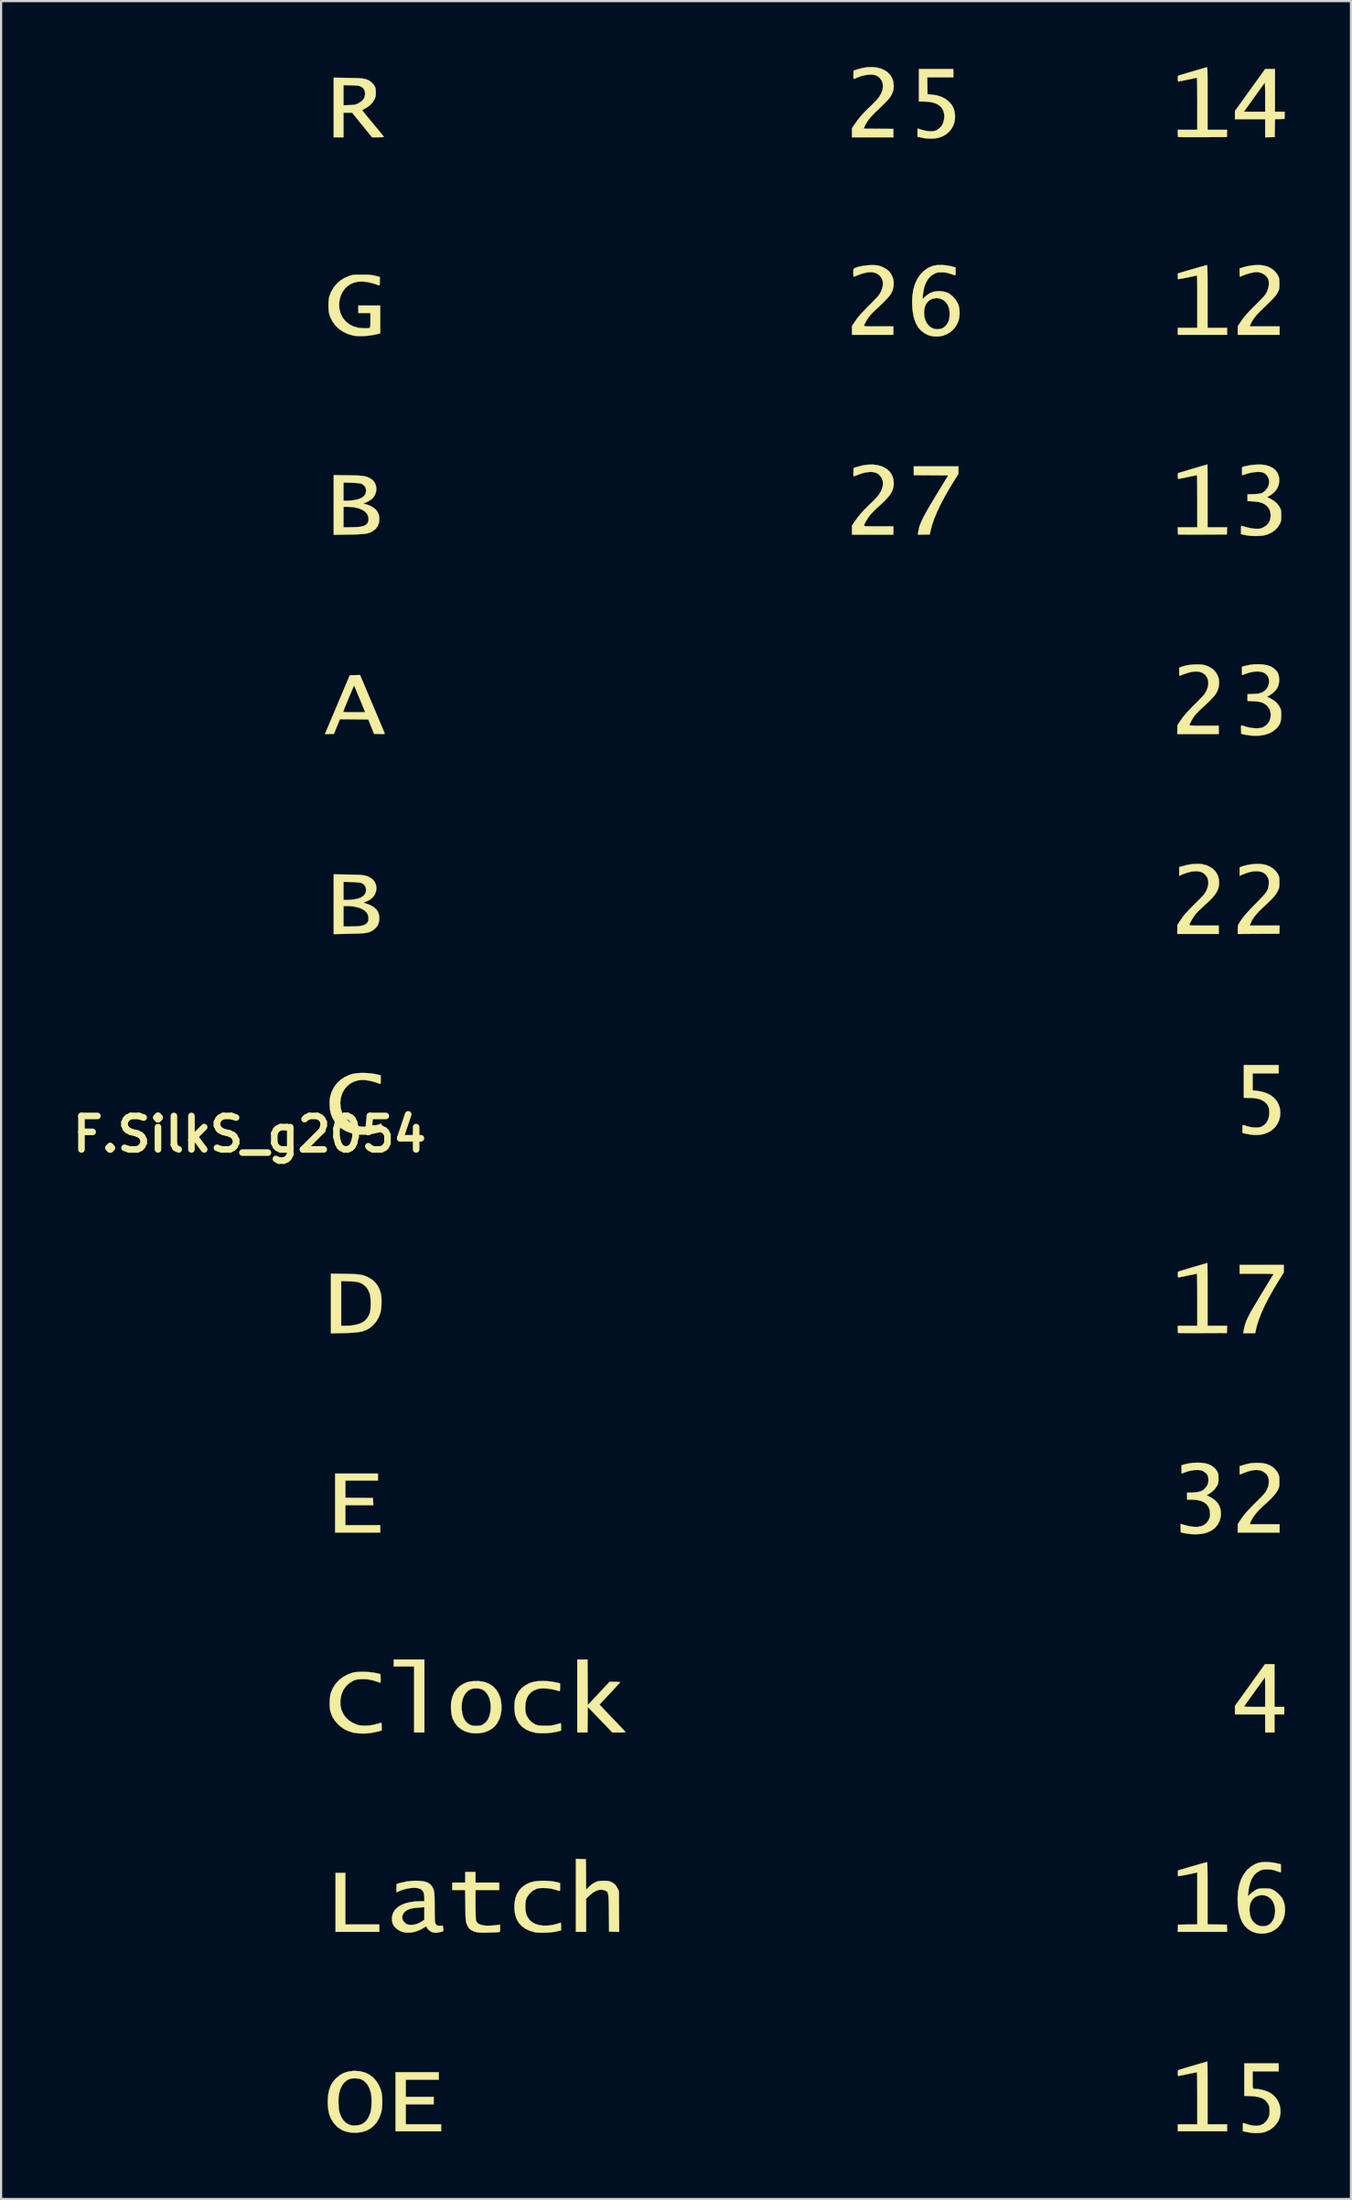
<source format=kicad_pcb>
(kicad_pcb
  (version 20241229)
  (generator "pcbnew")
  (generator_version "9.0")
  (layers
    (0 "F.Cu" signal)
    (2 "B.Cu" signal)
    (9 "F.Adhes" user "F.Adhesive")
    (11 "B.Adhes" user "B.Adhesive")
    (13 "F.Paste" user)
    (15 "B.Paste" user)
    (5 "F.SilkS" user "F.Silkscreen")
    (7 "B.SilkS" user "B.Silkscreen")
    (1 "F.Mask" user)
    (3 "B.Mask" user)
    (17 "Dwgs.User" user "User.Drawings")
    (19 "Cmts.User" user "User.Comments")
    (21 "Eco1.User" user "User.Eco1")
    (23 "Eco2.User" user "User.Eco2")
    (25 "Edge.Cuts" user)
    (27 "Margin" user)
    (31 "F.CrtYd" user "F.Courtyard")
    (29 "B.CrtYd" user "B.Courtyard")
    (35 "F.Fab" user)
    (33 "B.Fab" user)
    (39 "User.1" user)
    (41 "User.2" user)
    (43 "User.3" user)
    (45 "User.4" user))
  (footprint "F.SilkS_g2054"
    (layer "F.Cu")
    (at 8.317 48.604)
    (property "Reference" "F.SilkS_g2054" (at 0 0 0) (layer "F.SilkS") (effects (font (size 1.524 1.524) (thickness 0.3))))
    (attr through_hole)
    (fp_poly (pts (xy 4.36 35.983) (xy 5.905 35.983) (xy 5.905 36.322) (xy 3.916 36.322) (xy 3.916 33.634) (xy 4.36 33.634) (xy 4.36 35.983)) (stroke (width 0.01) (type solid)) (fill yes) (layer "F.SilkS"))
    (fp_poly (pts (xy 7.959 27.241) (xy 7.493 27.241) (xy 7.493 24.236) (xy 6.562 24.236) (xy 6.562 23.918) (xy 7.959 23.918) (xy 7.959 27.241)) (stroke (width 0.01) (type solid)) (fill yes) (layer "F.SilkS"))
    (fp_poly (pts (xy 8.615 43.053) (xy 7.112 43.053) (xy 7.112 43.836) (xy 8.382 43.836) (xy 8.382 44.175) (xy 7.112 44.175) (xy 7.112 45.085) (xy 8.721 45.085) (xy 8.721 45.403) (xy 6.646 45.403) (xy 6.646 42.714) (xy 8.615 42.714) (xy 8.615 43.053)) (stroke (width 0.01) (type solid)) (fill yes) (layer "F.SilkS"))
    (fp_poly (pts (xy 5.842 15.769) (xy 4.36 15.769) (xy 4.36 16.552) (xy 4.99 16.557) (xy 5.62 16.563) (xy 5.626 16.727) (xy 5.632 16.891) (xy 4.36 16.891) (xy 4.36 17.801) (xy 5.948 17.801) (xy 5.948 18.14) (xy 3.895 18.14) (xy 3.895 15.452) (xy 5.842 15.452) (xy 5.842 15.769)) (stroke (width 0.01) (type solid)) (fill yes) (layer "F.SilkS"))
    (fp_poly (pts (xy 32.279 -30.073) (xy 32.124 -29.827) (xy 31.87 -29.414) (xy 31.649 -29.027) (xy 31.459 -28.667) (xy 31.301 -28.332) (xy 31.173 -28.023) (xy 31.076 -27.737) (xy 31.021 -27.527) (xy 30.973 -27.316) (xy 30.703 -27.31) (xy 30.433 -27.304) (xy 30.447 -27.405) (xy 30.46 -27.49) (xy 30.477 -27.572) (xy 30.498 -27.655) (xy 30.525 -27.74) (xy 30.56 -27.832) (xy 30.604 -27.933) (xy 30.658 -28.046) (xy 30.724 -28.174) (xy 30.804 -28.319) (xy 30.898 -28.485) (xy 31.009 -28.674) (xy 31.137 -28.889) (xy 31.285 -29.134) (xy 31.453 -29.411) (xy 31.505 -29.496) (xy 31.815 -30.004) (xy 30.247 -30.015) (xy 30.247 -30.416) (xy 32.279 -30.416) (xy 32.279 -30.073)) (stroke (width 0.01) (type solid)) (fill yes) (layer "F.SilkS"))
    (fp_poly (pts (xy 46.694 -46.567) (xy 47.14 -46.567) (xy 47.134 -46.403) (xy 47.128 -46.239) (xy 46.695 -46.227) (xy 46.683 -45.413) (xy 46.466 -45.407) (xy 46.249 -45.401) (xy 46.249 -46.228) (xy 44.873 -46.228) (xy 44.873 -46.567) (xy 45.278 -46.567) (xy 46.249 -46.567) (xy 46.249 -47.238) (xy 46.249 -47.411) (xy 46.247 -47.563) (xy 46.244 -47.691) (xy 46.241 -47.791) (xy 46.237 -47.857) (xy 46.232 -47.888) (xy 46.231 -47.889) (xy 46.214 -47.867) (xy 46.176 -47.816) (xy 46.119 -47.737) (xy 46.046 -47.636) (xy 45.96 -47.516) (xy 45.863 -47.382) (xy 45.758 -47.236) (xy 45.745 -47.218) (xy 45.278 -46.567) (xy 44.873 -46.567) (xy 44.873 -46.599) (xy 45.562 -47.556) (xy 46.252 -48.514) (xy 46.694 -48.514) (xy 46.694 -46.567)) (stroke (width 0.01) (type solid)) (fill yes) (layer "F.SilkS"))
    (fp_poly (pts (xy 43.603 33.155) (xy 43.608 33.181) (xy 43.612 33.227) (xy 43.615 33.296) (xy 43.618 33.391) (xy 43.62 33.513) (xy 43.622 33.665) (xy 43.623 33.851) (xy 43.624 34.071) (xy 43.624 34.33) (xy 43.624 34.565) (xy 43.624 35.982) (xy 44.064 35.988) (xy 44.503 35.994) (xy 44.509 36.158) (xy 44.515 36.322) (xy 42.268 36.322) (xy 42.274 36.158) (xy 42.28 35.994) (xy 42.72 35.988) (xy 43.159 35.982) (xy 43.159 33.612) (xy 43.111 33.623) (xy 43.006 33.648) (xy 42.888 33.674) (xy 42.763 33.7) (xy 42.64 33.725) (xy 42.524 33.747) (xy 42.424 33.765) (xy 42.346 33.777) (xy 42.297 33.783) (xy 42.285 33.782) (xy 42.276 33.754) (xy 42.273 33.698) (xy 42.274 33.645) (xy 42.28 33.522) (xy 42.926 33.335) (xy 43.085 33.289) (xy 43.231 33.247) (xy 43.36 33.211) (xy 43.466 33.181) (xy 43.544 33.16) (xy 43.589 33.149) (xy 43.598 33.147) (xy 43.603 33.155)) (stroke (width 0.01) (type solid)) (fill yes) (layer "F.SilkS"))
    (fp_poly (pts (xy 47.096 6.29) (xy 46.877 6.643) (xy 46.63 7.052) (xy 46.415 7.436) (xy 46.232 7.792) (xy 46.081 8.122) (xy 45.962 8.425) (xy 45.875 8.7) (xy 45.843 8.832) (xy 45.794 9.059) (xy 45.251 9.059) (xy 45.265 8.969) (xy 45.297 8.799) (xy 45.342 8.638) (xy 45.403 8.474) (xy 45.483 8.3) (xy 45.586 8.105) (xy 45.609 8.065) (xy 45.65 7.993) (xy 45.707 7.897) (xy 45.776 7.78) (xy 45.855 7.647) (xy 45.941 7.502) (xy 46.032 7.351) (xy 46.125 7.197) (xy 46.217 7.044) (xy 46.305 6.898) (xy 46.388 6.763) (xy 46.461 6.643) (xy 46.523 6.542) (xy 46.57 6.466) (xy 46.601 6.418) (xy 46.611 6.404) (xy 46.629 6.374) (xy 46.63 6.367) (xy 46.61 6.363) (xy 46.552 6.36) (xy 46.461 6.356) (xy 46.342 6.354) (xy 46.199 6.352) (xy 46.037 6.35) (xy 45.861 6.35) (xy 45.085 6.35) (xy 45.085 5.948) (xy 47.096 5.948) (xy 47.096 6.29)) (stroke (width 0.01) (type solid)) (fill yes) (layer "F.SilkS"))
    (fp_poly (pts (xy 46.672 26.077) (xy 47.117 26.077) (xy 47.117 26.416) (xy 46.672 26.416) (xy 46.672 27.241) (xy 46.249 27.241) (xy 46.249 26.416) (xy 44.873 26.416) (xy 44.873 26.051) (xy 45.289 26.051) (xy 45.292 26.06) (xy 45.316 26.066) (xy 45.364 26.071) (xy 45.441 26.075) (xy 45.551 26.076) (xy 45.698 26.077) (xy 45.761 26.077) (xy 46.249 26.077) (xy 46.249 25.396) (xy 46.249 25.232) (xy 46.248 25.082) (xy 46.247 24.953) (xy 46.246 24.847) (xy 46.244 24.772) (xy 46.243 24.731) (xy 46.241 24.724) (xy 46.227 24.744) (xy 46.191 24.794) (xy 46.137 24.869) (xy 46.068 24.964) (xy 45.988 25.075) (xy 45.899 25.198) (xy 45.807 25.327) (xy 45.712 25.459) (xy 45.62 25.588) (xy 45.532 25.71) (xy 45.453 25.82) (xy 45.386 25.914) (xy 45.334 25.987) (xy 45.301 26.034) (xy 45.289 26.051) (xy 44.873 26.051) (xy 44.873 26.031) (xy 45.556 25.081) (xy 46.239 24.131) (xy 46.456 24.13) (xy 46.672 24.13) (xy 46.672 26.077)) (stroke (width 0.01) (type solid)) (fill yes) (layer "F.SilkS"))
    (fp_poly (pts (xy 15.314 33.009) (xy 15.32 33.704) (xy 15.325 34.399) (xy 15.449 34.273) (xy 15.578 34.162) (xy 15.717 34.077) (xy 15.718 34.076) (xy 15.791 34.042) (xy 15.853 34.02) (xy 15.919 34.008) (xy 16.004 34) (xy 16.075 33.997) (xy 16.218 33.996) (xy 16.331 34.006) (xy 16.425 34.031) (xy 16.512 34.072) (xy 16.566 34.105) (xy 16.633 34.158) (xy 16.687 34.222) (xy 16.739 34.312) (xy 16.743 34.32) (xy 16.817 34.466) (xy 16.823 35.394) (xy 16.83 36.323) (xy 16.601 36.317) (xy 16.372 36.311) (xy 16.362 35.465) (xy 16.359 35.239) (xy 16.356 35.052) (xy 16.352 34.899) (xy 16.347 34.777) (xy 16.34 34.682) (xy 16.33 34.609) (xy 16.316 34.555) (xy 16.298 34.516) (xy 16.275 34.488) (xy 16.246 34.467) (xy 16.211 34.449) (xy 16.177 34.434) (xy 16.051 34.401) (xy 15.916 34.407) (xy 15.775 34.453) (xy 15.63 34.537) (xy 15.483 34.658) (xy 15.469 34.671) (xy 15.325 34.814) (xy 15.325 36.322) (xy 14.859 36.322) (xy 14.859 32.997) (xy 15.314 33.009)) (stroke (width 0.01) (type solid)) (fill yes) (layer "F.SilkS"))
    (fp_poly (pts (xy 15.399 25.994) (xy 16.394 24.934) (xy 16.632 24.934) (xy 16.726 24.936) (xy 16.803 24.94) (xy 16.854 24.947) (xy 16.87 24.953) (xy 16.856 24.973) (xy 16.816 25.019) (xy 16.754 25.089) (xy 16.673 25.177) (xy 16.577 25.282) (xy 16.469 25.398) (xy 16.405 25.467) (xy 16.291 25.587) (xy 16.188 25.698) (xy 16.099 25.795) (xy 16.025 25.874) (xy 15.973 25.932) (xy 15.944 25.966) (xy 15.939 25.973) (xy 15.953 25.99) (xy 15.993 26.034) (xy 16.057 26.102) (xy 16.141 26.191) (xy 16.241 26.297) (xy 16.356 26.417) (xy 16.481 26.548) (xy 16.526 26.594) (xy 16.654 26.728) (xy 16.774 26.853) (xy 16.88 26.965) (xy 16.971 27.061) (xy 17.043 27.137) (xy 17.093 27.192) (xy 17.118 27.22) (xy 17.12 27.223) (xy 17.103 27.229) (xy 17.051 27.235) (xy 16.97 27.239) (xy 16.869 27.241) (xy 16.823 27.241) (xy 16.519 27.241) (xy 15.959 26.658) (xy 15.399 26.075) (xy 15.393 26.658) (xy 15.387 27.241) (xy 14.922 27.241) (xy 14.922 23.918) (xy 15.388 23.918) (xy 15.399 25.994)) (stroke (width 0.01) (type solid)) (fill yes) (layer "F.SilkS"))
    (fp_poly (pts (xy 43.604 -39.573) (xy 43.608 -39.546) (xy 43.612 -39.497) (xy 43.616 -39.424) (xy 43.618 -39.326) (xy 43.62 -39.199) (xy 43.622 -39.04) (xy 43.623 -38.849) (xy 43.624 -38.621) (xy 43.624 -38.356) (xy 43.624 -38.153) (xy 43.624 -36.724) (xy 44.514 -36.724) (xy 44.514 -36.407) (xy 42.27 -36.407) (xy 42.27 -36.724) (xy 43.159 -36.724) (xy 43.159 -37.922) (xy 43.159 -38.177) (xy 43.159 -38.393) (xy 43.158 -38.574) (xy 43.157 -38.721) (xy 43.156 -38.84) (xy 43.154 -38.931) (xy 43.151 -39) (xy 43.148 -39.049) (xy 43.143 -39.081) (xy 43.138 -39.099) (xy 43.132 -39.107) (xy 43.124 -39.108) (xy 43.122 -39.107) (xy 43.074 -39.095) (xy 42.999 -39.078) (xy 42.902 -39.057) (xy 42.792 -39.034) (xy 42.677 -39.011) (xy 42.564 -38.989) (xy 42.46 -38.97) (xy 42.374 -38.954) (xy 42.312 -38.945) (xy 42.283 -38.942) (xy 42.281 -38.942) (xy 42.275 -38.968) (xy 42.271 -39.023) (xy 42.27 -39.075) (xy 42.27 -39.197) (xy 42.37 -39.23) (xy 42.437 -39.25) (xy 42.531 -39.279) (xy 42.646 -39.313) (xy 42.776 -39.351) (xy 42.913 -39.391) (xy 43.054 -39.431) (xy 43.19 -39.47) (xy 43.316 -39.506) (xy 43.426 -39.536) (xy 43.514 -39.56) (xy 43.574 -39.576) (xy 43.598 -39.582) (xy 43.604 -39.573)) (stroke (width 0.01) (type solid)) (fill yes) (layer "F.SilkS"))
    (fp_poly (pts (xy 43.616 42.248) (xy 43.618 42.308) (xy 43.619 42.402) (xy 43.621 42.529) (xy 43.622 42.685) (xy 43.623 42.865) (xy 43.624 43.067) (xy 43.624 43.288) (xy 43.624 43.523) (xy 43.624 43.656) (xy 43.624 45.085) (xy 44.514 45.085) (xy 44.514 45.403) (xy 42.27 45.403) (xy 42.27 45.085) (xy 43.159 45.085) (xy 43.159 43.9) (xy 43.158 43.641) (xy 43.157 43.41) (xy 43.156 43.209) (xy 43.154 43.038) (xy 43.151 42.901) (xy 43.147 42.8) (xy 43.143 42.737) (xy 43.139 42.714) (xy 43.139 42.714) (xy 43.113 42.718) (xy 43.052 42.73) (xy 42.963 42.748) (xy 42.853 42.77) (xy 42.728 42.796) (xy 42.714 42.799) (xy 42.588 42.825) (xy 42.476 42.848) (xy 42.385 42.866) (xy 42.321 42.879) (xy 42.291 42.884) (xy 42.29 42.884) (xy 42.279 42.864) (xy 42.272 42.814) (xy 42.27 42.756) (xy 42.272 42.683) (xy 42.28 42.641) (xy 42.298 42.619) (xy 42.317 42.608) (xy 42.347 42.599) (xy 42.409 42.579) (xy 42.5 42.552) (xy 42.612 42.518) (xy 42.74 42.48) (xy 42.878 42.439) (xy 43.019 42.398) (xy 43.158 42.357) (xy 43.289 42.319) (xy 43.406 42.285) (xy 43.502 42.258) (xy 43.572 42.238) (xy 43.61 42.228) (xy 43.614 42.227) (xy 43.616 42.248)) (stroke (width 0.01) (type solid)) (fill yes) (layer "F.SilkS"))
    (fp_poly (pts (xy 46.863 -2.773) (xy 45.678 -2.773) (xy 45.678 -1.996) (xy 45.841 -1.982) (xy 46.08 -1.946) (xy 46.295 -1.88) (xy 46.481 -1.788) (xy 46.638 -1.671) (xy 46.764 -1.53) (xy 46.857 -1.369) (xy 46.916 -1.189) (xy 46.937 -0.991) (xy 46.925 -0.815) (xy 46.878 -0.624) (xy 46.796 -0.453) (xy 46.682 -0.303) (xy 46.539 -0.178) (xy 46.372 -0.08) (xy 46.184 -0.01) (xy 45.977 0.028) (xy 45.756 0.033) (xy 45.699 0.028) (xy 45.609 0.017) (xy 45.498 -0.002) (xy 45.386 -0.023) (xy 45.295 -0.044) (xy 45.291 -0.045) (xy 45.212 -0.065) (xy 45.212 -0.244) (xy 45.214 -0.339) (xy 45.221 -0.397) (xy 45.233 -0.421) (xy 45.238 -0.423) (xy 45.27 -0.417) (xy 45.33 -0.4) (xy 45.408 -0.375) (xy 45.434 -0.367) (xy 45.571 -0.331) (xy 45.714 -0.311) (xy 45.854 -0.306) (xy 45.978 -0.316) (xy 46.076 -0.342) (xy 46.09 -0.349) (xy 46.222 -0.436) (xy 46.323 -0.552) (xy 46.393 -0.696) (xy 46.43 -0.866) (xy 46.436 -0.934) (xy 46.434 -1.092) (xy 46.41 -1.22) (xy 46.361 -1.327) (xy 46.291 -1.416) (xy 46.183 -1.507) (xy 46.055 -1.575) (xy 45.902 -1.622) (xy 45.72 -1.65) (xy 45.524 -1.659) (xy 45.276 -1.662) (xy 45.276 -3.154) (xy 46.863 -3.154) (xy 46.863 -2.773)) (stroke (width 0.01) (type solid)) (fill yes) (layer "F.SilkS"))
    (fp_poly (pts (xy 32.046 -48.133) (xy 30.86 -48.133) (xy 30.866 -47.747) (xy 30.872 -47.36) (xy 31.056 -47.346) (xy 31.296 -47.311) (xy 31.509 -47.245) (xy 31.695 -47.146) (xy 31.856 -47.014) (xy 31.857 -47.013) (xy 31.958 -46.9) (xy 32.029 -46.788) (xy 32.078 -46.66) (xy 32.099 -46.583) (xy 32.128 -46.377) (xy 32.116 -46.179) (xy 32.068 -45.992) (xy 31.985 -45.821) (xy 31.87 -45.67) (xy 31.725 -45.542) (xy 31.552 -45.442) (xy 31.355 -45.374) (xy 31.346 -45.372) (xy 31.239 -45.354) (xy 31.106 -45.345) (xy 30.965 -45.343) (xy 30.832 -45.349) (xy 30.734 -45.361) (xy 30.654 -45.377) (xy 30.562 -45.396) (xy 30.528 -45.403) (xy 30.416 -45.427) (xy 30.416 -45.618) (xy 30.417 -45.708) (xy 30.42 -45.764) (xy 30.428 -45.791) (xy 30.44 -45.798) (xy 30.454 -45.795) (xy 30.638 -45.733) (xy 30.816 -45.693) (xy 30.981 -45.674) (xy 31.127 -45.678) (xy 31.245 -45.705) (xy 31.265 -45.713) (xy 31.377 -45.782) (xy 31.479 -45.878) (xy 31.554 -45.985) (xy 31.557 -45.99) (xy 31.602 -46.109) (xy 31.63 -46.247) (xy 31.639 -46.382) (xy 31.635 -46.437) (xy 31.598 -46.596) (xy 31.528 -46.731) (xy 31.424 -46.84) (xy 31.286 -46.925) (xy 31.113 -46.985) (xy 30.907 -47.021) (xy 30.676 -47.032) (xy 30.48 -47.032) (xy 30.48 -48.514) (xy 32.046 -48.514) (xy 32.046 -48.133)) (stroke (width 0.01) (type solid)) (fill yes) (layer "F.SilkS"))
    (fp_poly (pts (xy 10.287 34.078) (xy 11.367 34.078) (xy 11.367 34.417) (xy 10.287 34.417) (xy 10.287 35.068) (xy 10.288 35.248) (xy 10.29 35.412) (xy 10.293 35.553) (xy 10.297 35.668) (xy 10.303 35.75) (xy 10.309 35.795) (xy 10.309 35.797) (xy 10.349 35.882) (xy 10.419 35.948) (xy 10.52 35.996) (xy 10.657 36.028) (xy 10.764 36.04) (xy 10.839 36.042) (xy 10.936 36.04) (xy 11.046 36.033) (xy 11.157 36.024) (xy 11.257 36.013) (xy 11.336 36.001) (xy 11.379 35.99) (xy 11.394 35.992) (xy 11.403 36.017) (xy 11.408 36.071) (xy 11.409 36.148) (xy 11.408 36.232) (xy 11.404 36.283) (xy 11.395 36.311) (xy 11.375 36.324) (xy 11.351 36.331) (xy 11.312 36.336) (xy 11.238 36.341) (xy 11.138 36.346) (xy 11.017 36.351) (xy 10.885 36.354) (xy 10.869 36.355) (xy 10.705 36.357) (xy 10.577 36.357) (xy 10.478 36.353) (xy 10.401 36.347) (xy 10.34 36.336) (xy 10.324 36.333) (xy 10.178 36.286) (xy 10.066 36.225) (xy 9.982 36.143) (xy 9.917 36.035) (xy 9.879 35.936) (xy 9.867 35.896) (xy 9.857 35.855) (xy 9.849 35.807) (xy 9.843 35.747) (xy 9.838 35.67) (xy 9.834 35.571) (xy 9.831 35.444) (xy 9.829 35.285) (xy 9.826 35.11) (xy 9.817 34.417) (xy 9.229 34.417) (xy 9.229 34.078) (xy 9.821 34.078) (xy 9.821 33.592) (xy 10.287 33.592) (xy 10.287 34.078)) (stroke (width 0.01) (type solid)) (fill yes) (layer "F.SilkS"))
    (fp_poly (pts (xy 5.586 -19.6) (xy 5.68 -19.376) (xy 5.77 -19.164) (xy 5.853 -18.966) (xy 5.929 -18.785) (xy 5.997 -18.626) (xy 6.054 -18.49) (xy 6.099 -18.382) (xy 6.131 -18.305) (xy 6.149 -18.262) (xy 6.153 -18.254) (xy 6.152 -18.241) (xy 6.135 -18.233) (xy 6.094 -18.228) (xy 6.024 -18.227) (xy 5.917 -18.229) (xy 5.916 -18.229) (xy 5.668 -18.235) (xy 5.537 -18.563) (xy 5.406 -18.891) (xy 4.112 -18.902) (xy 3.976 -18.569) (xy 3.84 -18.235) (xy 3.635 -18.229) (xy 3.43 -18.223) (xy 3.504 -18.398) (xy 3.526 -18.45) (xy 3.563 -18.536) (xy 3.612 -18.654) (xy 3.673 -18.798) (xy 3.743 -18.965) (xy 3.822 -19.15) (xy 3.862 -19.246) (xy 4.26 -19.246) (xy 4.266 -19.237) (xy 4.292 -19.23) (xy 4.343 -19.226) (xy 4.423 -19.222) (xy 4.536 -19.22) (xy 4.686 -19.219) (xy 4.758 -19.219) (xy 5.265 -19.219) (xy 5.018 -19.822) (xy 4.956 -19.972) (xy 4.899 -20.109) (xy 4.849 -20.228) (xy 4.808 -20.325) (xy 4.779 -20.394) (xy 4.762 -20.431) (xy 4.759 -20.436) (xy 4.75 -20.42) (xy 4.726 -20.369) (xy 4.692 -20.29) (xy 4.648 -20.189) (xy 4.597 -20.07) (xy 4.542 -19.939) (xy 4.485 -19.802) (xy 4.428 -19.664) (xy 4.373 -19.53) (xy 4.323 -19.406) (xy 4.28 -19.297) (xy 4.26 -19.246) (xy 3.862 -19.246) (xy 3.906 -19.349) (xy 3.995 -19.559) (xy 4.07 -19.738) (xy 4.562 -20.902) (xy 4.796 -20.908) (xy 5.03 -20.914) (xy 5.586 -19.6)) (stroke (width 0.01) (type solid)) (fill yes) (layer "F.SilkS"))
    (fp_poly (pts (xy 28.559 -48.578) (xy 28.747 -48.531) (xy 28.913 -48.458) (xy 29.056 -48.361) (xy 29.172 -48.241) (xy 29.259 -48.099) (xy 29.314 -47.937) (xy 29.333 -47.756) (xy 29.331 -47.681) (xy 29.32 -47.579) (xy 29.3 -47.493) (xy 29.264 -47.403) (xy 29.24 -47.352) (xy 29.214 -47.303) (xy 29.185 -47.254) (xy 29.148 -47.202) (xy 29.101 -47.145) (xy 29.042 -47.078) (xy 28.966 -46.999) (xy 28.871 -46.904) (xy 28.754 -46.789) (xy 28.612 -46.652) (xy 28.467 -46.514) (xy 28.281 -46.32) (xy 28.135 -46.131) (xy 28.03 -45.947) (xy 28.009 -45.9) (xy 27.964 -45.794) (xy 29.316 -45.783) (xy 29.316 -45.403) (xy 27.432 -45.403) (xy 27.432 -45.815) (xy 27.57 -46.019) (xy 27.694 -46.193) (xy 27.833 -46.363) (xy 27.991 -46.538) (xy 28.175 -46.723) (xy 28.289 -46.831) (xy 28.387 -46.927) (xy 28.483 -47.025) (xy 28.569 -47.117) (xy 28.635 -47.196) (xy 28.663 -47.232) (xy 28.761 -47.397) (xy 28.821 -47.558) (xy 28.845 -47.713) (xy 28.831 -47.859) (xy 28.781 -47.991) (xy 28.694 -48.107) (xy 28.66 -48.139) (xy 28.572 -48.2) (xy 28.475 -48.238) (xy 28.358 -48.256) (xy 28.212 -48.256) (xy 28.199 -48.255) (xy 28.022 -48.231) (xy 27.835 -48.183) (xy 27.654 -48.115) (xy 27.596 -48.087) (xy 27.55 -48.067) (xy 27.521 -48.064) (xy 27.504 -48.084) (xy 27.498 -48.132) (xy 27.498 -48.214) (xy 27.5 -48.271) (xy 27.506 -48.436) (xy 27.654 -48.486) (xy 27.898 -48.554) (xy 28.132 -48.591) (xy 28.353 -48.599) (xy 28.559 -48.578)) (stroke (width 0.01) (type solid)) (fill yes) (layer "F.SilkS"))
    (fp_poly (pts (xy 43.617 5.884) (xy 43.618 5.943) (xy 43.62 6.038) (xy 43.621 6.165) (xy 43.622 6.32) (xy 43.623 6.501) (xy 43.624 6.703) (xy 43.624 6.923) (xy 43.624 7.159) (xy 43.624 7.292) (xy 43.624 8.721) (xy 44.515 8.721) (xy 44.509 8.885) (xy 44.503 9.049) (xy 43.401 9.054) (xy 43.189 9.055) (xy 42.989 9.055) (xy 42.807 9.055) (xy 42.645 9.054) (xy 42.509 9.053) (xy 42.401 9.051) (xy 42.326 9.049) (xy 42.288 9.046) (xy 42.284 9.045) (xy 42.277 9.019) (xy 42.272 8.961) (xy 42.27 8.885) (xy 42.27 8.876) (xy 42.27 8.721) (xy 43.159 8.721) (xy 43.159 7.535) (xy 43.158 7.269) (xy 43.157 7.033) (xy 43.156 6.828) (xy 43.153 6.658) (xy 43.15 6.524) (xy 43.147 6.426) (xy 43.143 6.368) (xy 43.139 6.35) (xy 43.112 6.354) (xy 43.052 6.366) (xy 42.963 6.384) (xy 42.853 6.407) (xy 42.729 6.433) (xy 42.72 6.435) (xy 42.595 6.461) (xy 42.483 6.484) (xy 42.392 6.502) (xy 42.327 6.515) (xy 42.297 6.519) (xy 42.296 6.519) (xy 42.282 6.501) (xy 42.273 6.453) (xy 42.269 6.392) (xy 42.271 6.329) (xy 42.278 6.278) (xy 42.29 6.255) (xy 42.314 6.247) (xy 42.372 6.229) (xy 42.459 6.202) (xy 42.568 6.169) (xy 42.695 6.131) (xy 42.832 6.09) (xy 42.975 6.048) (xy 43.117 6.006) (xy 43.251 5.967) (xy 43.373 5.931) (xy 43.476 5.901) (xy 43.555 5.879) (xy 43.603 5.866) (xy 43.615 5.863) (xy 43.617 5.884)) (stroke (width 0.01) (type solid)) (fill yes) (layer "F.SilkS"))
    (fp_poly (pts (xy 43.618 -30.481) (xy 43.62 -30.421) (xy 43.621 -30.326) (xy 43.622 -30.199) (xy 43.623 -30.044) (xy 43.623 -29.863) (xy 43.624 -29.661) (xy 43.624 -29.441) (xy 43.624 -29.206) (xy 43.624 -29.072) (xy 43.624 -27.644) (xy 44.515 -27.644) (xy 44.509 -27.48) (xy 44.503 -27.316) (xy 43.401 -27.31) (xy 43.189 -27.309) (xy 42.989 -27.309) (xy 42.807 -27.309) (xy 42.645 -27.31) (xy 42.509 -27.312) (xy 42.401 -27.313) (xy 42.326 -27.315) (xy 42.288 -27.318) (xy 42.284 -27.319) (xy 42.277 -27.346) (xy 42.272 -27.403) (xy 42.27 -27.479) (xy 42.27 -27.488) (xy 42.27 -27.644) (xy 43.159 -27.644) (xy 43.159 -28.829) (xy 43.158 -29.096) (xy 43.157 -29.332) (xy 43.156 -29.536) (xy 43.153 -29.706) (xy 43.15 -29.841) (xy 43.147 -29.938) (xy 43.143 -29.997) (xy 43.139 -30.014) (xy 43.112 -30.01) (xy 43.052 -29.998) (xy 42.963 -29.98) (xy 42.853 -29.958) (xy 42.729 -29.932) (xy 42.72 -29.93) (xy 42.595 -29.903) (xy 42.483 -29.88) (xy 42.392 -29.862) (xy 42.327 -29.85) (xy 42.297 -29.845) (xy 42.296 -29.845) (xy 42.282 -29.864) (xy 42.273 -29.911) (xy 42.269 -29.973) (xy 42.271 -30.036) (xy 42.278 -30.086) (xy 42.29 -30.109) (xy 42.313 -30.117) (xy 42.371 -30.135) (xy 42.458 -30.161) (xy 42.567 -30.194) (xy 42.694 -30.232) (xy 42.831 -30.273) (xy 42.974 -30.315) (xy 43.115 -30.357) (xy 43.25 -30.397) (xy 43.372 -30.432) (xy 43.476 -30.462) (xy 43.555 -30.485) (xy 43.604 -30.498) (xy 43.617 -30.501) (xy 43.618 -30.481)) (stroke (width 0.01) (type solid)) (fill yes) (layer "F.SilkS"))
    (fp_poly (pts (xy 4.323 6.356) (xy 4.533 6.36) (xy 4.707 6.365) (xy 4.85 6.373) (xy 4.968 6.383) (xy 5.067 6.397) (xy 5.153 6.416) (xy 5.233 6.441) (xy 5.311 6.472) (xy 5.394 6.51) (xy 5.409 6.518) (xy 5.589 6.629) (xy 5.738 6.768) (xy 5.856 6.935) (xy 5.941 7.131) (xy 5.982 7.281) (xy 5.998 7.396) (xy 6.006 7.538) (xy 6.006 7.693) (xy 5.998 7.849) (xy 5.984 7.992) (xy 5.963 8.108) (xy 5.96 8.117) (xy 5.887 8.317) (xy 5.783 8.502) (xy 5.651 8.666) (xy 5.499 8.801) (xy 5.375 8.879) (xy 5.287 8.921) (xy 5.197 8.956) (xy 5.099 8.984) (xy 4.987 9.006) (xy 4.856 9.022) (xy 4.7 9.035) (xy 4.513 9.045) (xy 4.291 9.052) (xy 4.27 9.052) (xy 3.704 9.066) (xy 3.704 8.721) (xy 4.17 8.721) (xy 4.366 8.72) (xy 4.476 8.718) (xy 4.592 8.711) (xy 4.692 8.701) (xy 4.71 8.699) (xy 4.919 8.655) (xy 5.095 8.589) (xy 5.238 8.499) (xy 5.35 8.383) (xy 5.435 8.239) (xy 5.475 8.133) (xy 5.498 8.028) (xy 5.512 7.894) (xy 5.517 7.743) (xy 5.514 7.587) (xy 5.502 7.439) (xy 5.483 7.31) (xy 5.466 7.246) (xy 5.397 7.081) (xy 5.3 6.947) (xy 5.178 6.842) (xy 5.1 6.795) (xy 5.022 6.759) (xy 4.936 6.733) (xy 4.833 6.715) (xy 4.705 6.703) (xy 4.544 6.695) (xy 4.514 6.694) (xy 4.17 6.684) (xy 4.17 8.721) (xy 3.704 8.721) (xy 3.704 6.346) (xy 4.323 6.356)) (stroke (width 0.01) (type solid)) (fill yes) (layer "F.SilkS"))
    (fp_poly (pts (xy 5.407 -2.784) (xy 5.591 -2.765) (xy 5.754 -2.737) (xy 5.773 -2.732) (xy 5.969 -2.685) (xy 5.969 -2.483) (xy 5.968 -2.39) (xy 5.965 -2.332) (xy 5.959 -2.302) (xy 5.947 -2.293) (xy 5.932 -2.297) (xy 5.757 -2.36) (xy 5.575 -2.412) (xy 5.397 -2.45) (xy 5.235 -2.472) (xy 5.146 -2.476) (xy 4.941 -2.456) (xy 4.751 -2.399) (xy 4.581 -2.308) (xy 4.434 -2.187) (xy 4.312 -2.038) (xy 4.218 -1.865) (xy 4.156 -1.671) (xy 4.129 -1.459) (xy 4.128 -1.408) (xy 4.148 -1.197) (xy 4.206 -1.002) (xy 4.299 -0.825) (xy 4.424 -0.669) (xy 4.579 -0.539) (xy 4.76 -0.438) (xy 4.965 -0.369) (xy 4.969 -0.368) (xy 5.133 -0.344) (xy 5.321 -0.343) (xy 5.523 -0.362) (xy 5.727 -0.401) (xy 5.923 -0.458) (xy 5.975 -0.477) (xy 5.993 -0.481) (xy 6.004 -0.47) (xy 6.009 -0.437) (xy 6.009 -0.375) (xy 6.007 -0.306) (xy 6.001 -0.12) (xy 5.863 -0.081) (xy 5.643 -0.03) (xy 5.411 0.004) (xy 5.179 0.018) (xy 4.962 0.013) (xy 4.826 -0.003) (xy 4.593 -0.06) (xy 4.37 -0.151) (xy 4.168 -0.272) (xy 4.046 -0.37) (xy 3.946 -0.478) (xy 3.851 -0.614) (xy 3.769 -0.763) (xy 3.713 -0.9) (xy 3.672 -1.062) (xy 3.649 -1.247) (xy 3.642 -1.44) (xy 3.655 -1.622) (xy 3.67 -1.714) (xy 3.738 -1.939) (xy 3.842 -2.143) (xy 3.979 -2.326) (xy 4.146 -2.483) (xy 4.34 -2.611) (xy 4.559 -2.709) (xy 4.712 -2.754) (xy 4.855 -2.778) (xy 5.027 -2.791) (xy 5.215 -2.793) (xy 5.407 -2.784)) (stroke (width 0.01) (type solid)) (fill yes) (layer "F.SilkS"))
    (fp_poly (pts (xy 46.863 42.672) (xy 45.678 42.672) (xy 45.678 43.061) (xy 45.678 43.204) (xy 45.679 43.309) (xy 45.684 43.383) (xy 45.695 43.432) (xy 45.715 43.46) (xy 45.745 43.473) (xy 45.789 43.476) (xy 45.848 43.476) (xy 45.856 43.476) (xy 45.97 43.486) (xy 46.105 43.513) (xy 46.245 43.553) (xy 46.374 43.601) (xy 46.411 43.618) (xy 46.577 43.722) (xy 46.716 43.854) (xy 46.824 44.009) (xy 46.9 44.184) (xy 46.941 44.372) (xy 46.946 44.568) (xy 46.915 44.758) (xy 46.849 44.931) (xy 46.746 45.088) (xy 46.613 45.226) (xy 46.454 45.338) (xy 46.275 45.422) (xy 46.163 45.455) (xy 46.051 45.473) (xy 45.914 45.482) (xy 45.77 45.483) (xy 45.635 45.474) (xy 45.57 45.466) (xy 45.492 45.452) (xy 45.399 45.434) (xy 45.354 45.424) (xy 45.233 45.399) (xy 45.233 45.208) (xy 45.234 45.118) (xy 45.237 45.063) (xy 45.244 45.035) (xy 45.257 45.028) (xy 45.27 45.031) (xy 45.307 45.044) (xy 45.372 45.064) (xy 45.454 45.089) (xy 45.487 45.099) (xy 45.69 45.144) (xy 45.871 45.154) (xy 46.03 45.127) (xy 46.167 45.065) (xy 46.282 44.966) (xy 46.374 44.831) (xy 46.394 44.79) (xy 46.423 44.722) (xy 46.439 44.658) (xy 46.448 44.581) (xy 46.45 44.482) (xy 46.448 44.383) (xy 46.441 44.311) (xy 46.426 44.252) (xy 46.4 44.188) (xy 46.39 44.168) (xy 46.318 44.055) (xy 46.223 43.964) (xy 46.102 43.894) (xy 45.951 43.845) (xy 45.766 43.813) (xy 45.577 43.799) (xy 45.297 43.788) (xy 45.297 42.312) (xy 46.863 42.312) (xy 46.863 42.672)) (stroke (width 0.01) (type solid)) (fill yes) (layer "F.SilkS"))
    (fp_poly (pts (xy 43.601 -48.585) (xy 43.606 -48.571) (xy 43.611 -48.545) (xy 43.614 -48.505) (xy 43.617 -48.446) (xy 43.62 -48.368) (xy 43.621 -48.266) (xy 43.623 -48.137) (xy 43.624 -47.979) (xy 43.624 -47.789) (xy 43.624 -47.564) (xy 43.624 -47.3) (xy 43.624 -47.171) (xy 43.624 -45.741) (xy 44.515 -45.741) (xy 44.509 -45.577) (xy 44.503 -45.413) (xy 43.401 -45.408) (xy 43.189 -45.407) (xy 42.989 -45.407) (xy 42.807 -45.407) (xy 42.645 -45.408) (xy 42.509 -45.409) (xy 42.401 -45.411) (xy 42.326 -45.413) (xy 42.288 -45.415) (xy 42.284 -45.416) (xy 42.277 -45.443) (xy 42.272 -45.501) (xy 42.27 -45.577) (xy 42.27 -45.586) (xy 42.27 -45.741) (xy 43.159 -45.741) (xy 43.159 -46.926) (xy 43.158 -47.193) (xy 43.157 -47.429) (xy 43.156 -47.633) (xy 43.153 -47.804) (xy 43.15 -47.938) (xy 43.147 -48.036) (xy 43.143 -48.094) (xy 43.139 -48.112) (xy 43.112 -48.108) (xy 43.052 -48.096) (xy 42.963 -48.078) (xy 42.853 -48.055) (xy 42.729 -48.029) (xy 42.72 -48.027) (xy 42.595 -48.001) (xy 42.483 -47.978) (xy 42.392 -47.96) (xy 42.327 -47.947) (xy 42.297 -47.943) (xy 42.296 -47.943) (xy 42.282 -47.961) (xy 42.273 -48.008) (xy 42.269 -48.07) (xy 42.271 -48.133) (xy 42.278 -48.183) (xy 42.29 -48.206) (xy 42.315 -48.215) (xy 42.375 -48.234) (xy 42.465 -48.262) (xy 42.581 -48.296) (xy 42.717 -48.337) (xy 42.868 -48.381) (xy 42.93 -48.399) (xy 43.086 -48.445) (xy 43.231 -48.487) (xy 43.358 -48.524) (xy 43.462 -48.554) (xy 43.538 -48.576) (xy 43.581 -48.589) (xy 43.587 -48.591) (xy 43.595 -48.591) (xy 43.601 -48.585)) (stroke (width 0.01) (type solid)) (fill yes) (layer "F.SilkS"))
    (fp_poly (pts (xy 43.385 -12.299) (xy 43.58 -12.248) (xy 43.752 -12.168) (xy 43.897 -12.062) (xy 44.012 -11.932) (xy 44.094 -11.781) (xy 44.14 -11.614) (xy 44.147 -11.553) (xy 44.15 -11.413) (xy 44.135 -11.283) (xy 44.099 -11.158) (xy 44.04 -11.034) (xy 43.956 -10.907) (xy 43.843 -10.771) (xy 43.699 -10.623) (xy 43.522 -10.459) (xy 43.496 -10.436) (xy 43.395 -10.343) (xy 43.292 -10.246) (xy 43.199 -10.154) (xy 43.124 -10.076) (xy 43.1 -10.049) (xy 43.04 -9.973) (xy 42.978 -9.883) (xy 42.917 -9.787) (xy 42.864 -9.694) (xy 42.824 -9.613) (xy 42.802 -9.552) (xy 42.799 -9.533) (xy 42.805 -9.525) (xy 42.826 -9.518) (xy 42.866 -9.513) (xy 42.928 -9.509) (xy 43.018 -9.507) (xy 43.138 -9.505) (xy 43.293 -9.504) (xy 43.466 -9.504) (xy 44.133 -9.504) (xy 44.133 -9.123) (xy 42.249 -9.123) (xy 42.249 -9.529) (xy 42.361 -9.702) (xy 42.427 -9.8) (xy 42.494 -9.892) (xy 42.566 -9.983) (xy 42.647 -10.078) (xy 42.743 -10.183) (xy 42.858 -10.302) (xy 42.996 -10.442) (xy 43.096 -10.541) (xy 43.219 -10.663) (xy 43.315 -10.761) (xy 43.39 -10.84) (xy 43.447 -10.903) (xy 43.489 -10.957) (xy 43.523 -11.006) (xy 43.551 -11.055) (xy 43.569 -11.091) (xy 43.634 -11.261) (xy 43.663 -11.422) (xy 43.653 -11.57) (xy 43.607 -11.702) (xy 43.523 -11.817) (xy 43.514 -11.826) (xy 43.413 -11.906) (xy 43.299 -11.955) (xy 43.162 -11.978) (xy 43.089 -11.98) (xy 42.901 -11.964) (xy 42.699 -11.916) (xy 42.497 -11.842) (xy 42.333 -11.773) (xy 42.333 -12.163) (xy 42.455 -12.202) (xy 42.711 -12.269) (xy 42.959 -12.308) (xy 43.192 -12.317) (xy 43.385 -12.299)) (stroke (width 0.01) (type solid)) (fill yes) (layer "F.SilkS"))
    (fp_poly (pts (xy 13.474 33.997) (xy 13.665 34.008) (xy 13.845 34.029) (xy 14.005 34.062) (xy 14.071 34.08) (xy 14.139 34.103) (xy 14.139 34.284) (xy 14.139 34.371) (xy 14.136 34.423) (xy 14.129 34.449) (xy 14.114 34.455) (xy 14.092 34.45) (xy 13.937 34.406) (xy 13.812 34.373) (xy 13.707 34.35) (xy 13.613 34.336) (xy 13.52 34.328) (xy 13.417 34.326) (xy 13.399 34.325) (xy 13.283 34.326) (xy 13.197 34.331) (xy 13.13 34.342) (xy 13.069 34.359) (xy 13.034 34.372) (xy 12.889 34.451) (xy 12.761 34.563) (xy 12.659 34.701) (xy 12.633 34.748) (xy 12.602 34.816) (xy 12.581 34.876) (xy 12.568 34.941) (xy 12.561 35.024) (xy 12.556 35.114) (xy 12.561 35.324) (xy 12.597 35.506) (xy 12.663 35.66) (xy 12.76 35.79) (xy 12.86 35.876) (xy 13.011 35.959) (xy 13.188 36.014) (xy 13.386 36.039) (xy 13.6 36.035) (xy 13.825 36.002) (xy 14.057 35.94) (xy 14.152 35.905) (xy 14.167 35.908) (xy 14.176 35.933) (xy 14.18 35.987) (xy 14.182 36.073) (xy 14.182 36.252) (xy 13.986 36.301) (xy 13.867 36.324) (xy 13.723 36.341) (xy 13.563 36.353) (xy 13.399 36.36) (xy 13.241 36.36) (xy 13.101 36.353) (xy 12.988 36.339) (xy 12.965 36.334) (xy 12.739 36.265) (xy 12.545 36.169) (xy 12.382 36.047) (xy 12.252 35.899) (xy 12.156 35.726) (xy 12.129 35.654) (xy 12.084 35.475) (xy 12.06 35.276) (xy 12.06 35.076) (xy 12.066 35.002) (xy 12.106 34.787) (xy 12.173 34.6) (xy 12.271 34.438) (xy 12.361 34.334) (xy 12.474 34.235) (xy 12.595 34.156) (xy 12.739 34.089) (xy 12.811 34.063) (xy 12.941 34.029) (xy 13.102 34.007) (xy 13.283 33.997) (xy 13.474 33.997)) (stroke (width 0.01) (type solid)) (fill yes) (layer "F.SilkS"))
    (fp_poly (pts (xy 28.593 -30.473) (xy 28.791 -30.417) (xy 28.861 -30.386) (xy 29.027 -30.286) (xy 29.159 -30.164) (xy 29.254 -30.019) (xy 29.312 -29.853) (xy 29.333 -29.668) (xy 29.331 -29.584) (xy 29.316 -29.467) (xy 29.285 -29.355) (xy 29.236 -29.244) (xy 29.165 -29.13) (xy 29.07 -29.008) (xy 28.949 -28.875) (xy 28.798 -28.727) (xy 28.614 -28.56) (xy 28.603 -28.55) (xy 28.507 -28.462) (xy 28.41 -28.366) (xy 28.322 -28.274) (xy 28.256 -28.198) (xy 28.254 -28.197) (xy 28.191 -28.112) (xy 28.128 -28.017) (xy 28.07 -27.921) (xy 28.023 -27.833) (xy 27.993 -27.761) (xy 27.982 -27.718) (xy 27.987 -27.709) (xy 28.002 -27.702) (xy 28.033 -27.696) (xy 28.083 -27.692) (xy 28.158 -27.689) (xy 28.26 -27.687) (xy 28.395 -27.686) (xy 28.566 -27.686) (xy 28.649 -27.686) (xy 29.316 -27.686) (xy 29.316 -27.305) (xy 27.432 -27.305) (xy 27.432 -27.72) (xy 27.561 -27.909) (xy 27.692 -28.091) (xy 27.835 -28.267) (xy 27.998 -28.446) (xy 28.186 -28.635) (xy 28.274 -28.719) (xy 28.375 -28.816) (xy 28.472 -28.916) (xy 28.559 -29.01) (xy 28.628 -29.09) (xy 28.663 -29.135) (xy 28.76 -29.299) (xy 28.821 -29.46) (xy 28.845 -29.615) (xy 28.832 -29.76) (xy 28.782 -29.892) (xy 28.696 -30.008) (xy 28.661 -30.04) (xy 28.571 -30.103) (xy 28.471 -30.142) (xy 28.35 -30.16) (xy 28.267 -30.163) (xy 28.079 -30.146) (xy 27.874 -30.095) (xy 27.679 -30.023) (xy 27.592 -29.989) (xy 27.537 -29.973) (xy 27.509 -29.974) (xy 27.504 -29.981) (xy 27.5 -30.014) (xy 27.498 -30.076) (xy 27.499 -30.157) (xy 27.5 -30.173) (xy 27.506 -30.339) (xy 27.654 -30.389) (xy 27.899 -30.456) (xy 28.141 -30.492) (xy 28.374 -30.498) (xy 28.593 -30.473)) (stroke (width 0.01) (type solid)) (fill yes) (layer "F.SilkS"))
    (fp_poly (pts (xy 46.118 14.975) (xy 46.305 15.012) (xy 46.468 15.078) (xy 46.612 15.172) (xy 46.686 15.238) (xy 46.751 15.312) (xy 46.811 15.398) (xy 46.84 15.452) (xy 46.864 15.508) (xy 46.88 15.56) (xy 46.889 15.619) (xy 46.894 15.697) (xy 46.895 15.805) (xy 46.895 15.812) (xy 46.894 15.919) (xy 46.891 15.995) (xy 46.882 16.054) (xy 46.867 16.105) (xy 46.842 16.162) (xy 46.825 16.197) (xy 46.765 16.3) (xy 46.676 16.416) (xy 46.558 16.548) (xy 46.407 16.698) (xy 46.223 16.867) (xy 46.195 16.892) (xy 46.001 17.076) (xy 45.838 17.255) (xy 45.708 17.426) (xy 45.613 17.587) (xy 45.563 17.711) (xy 45.548 17.759) (xy 46.905 17.759) (xy 46.905 18.14) (xy 45 18.14) (xy 45 17.755) (xy 45.113 17.582) (xy 45.181 17.481) (xy 45.248 17.388) (xy 45.321 17.296) (xy 45.403 17.2) (xy 45.499 17.094) (xy 45.615 16.974) (xy 45.754 16.834) (xy 45.846 16.743) (xy 45.969 16.621) (xy 46.065 16.524) (xy 46.139 16.446) (xy 46.196 16.383) (xy 46.239 16.329) (xy 46.273 16.28) (xy 46.301 16.23) (xy 46.325 16.183) (xy 46.369 16.087) (xy 46.396 16.008) (xy 46.41 15.929) (xy 46.415 15.859) (xy 46.412 15.718) (xy 46.383 15.602) (xy 46.326 15.504) (xy 46.261 15.434) (xy 46.142 15.35) (xy 46.003 15.3) (xy 45.843 15.285) (xy 45.661 15.304) (xy 45.455 15.357) (xy 45.287 15.418) (xy 45.205 15.45) (xy 45.14 15.476) (xy 45.1 15.491) (xy 45.091 15.494) (xy 45.089 15.474) (xy 45.086 15.422) (xy 45.085 15.346) (xy 45.085 15.304) (xy 45.085 15.115) (xy 45.25 15.063) (xy 45.44 15.01) (xy 45.616 14.978) (xy 45.799 14.964) (xy 45.901 14.962) (xy 46.118 14.975)) (stroke (width 0.01) (type solid)) (fill yes) (layer "F.SilkS"))
    (fp_poly (pts (xy 5.283 24.482) (xy 5.452 24.493) (xy 5.611 24.51) (xy 5.746 24.535) (xy 5.747 24.535) (xy 5.958 24.585) (xy 5.965 24.781) (xy 5.966 24.866) (xy 5.964 24.932) (xy 5.96 24.971) (xy 5.956 24.977) (xy 5.931 24.97) (xy 5.877 24.952) (xy 5.806 24.928) (xy 5.802 24.926) (xy 5.603 24.863) (xy 5.419 24.826) (xy 5.234 24.81) (xy 5.094 24.812) (xy 4.982 24.818) (xy 4.9 24.827) (xy 4.834 24.841) (xy 4.771 24.863) (xy 4.72 24.885) (xy 4.547 24.987) (xy 4.4 25.122) (xy 4.282 25.284) (xy 4.196 25.47) (xy 4.17 25.557) (xy 4.133 25.78) (xy 4.135 25.993) (xy 4.176 26.192) (xy 4.253 26.376) (xy 4.364 26.54) (xy 4.508 26.681) (xy 4.684 26.797) (xy 4.888 26.885) (xy 4.921 26.895) (xy 5.013 26.916) (xy 5.12 26.928) (xy 5.255 26.931) (xy 5.281 26.931) (xy 5.39 26.927) (xy 5.491 26.918) (xy 5.595 26.902) (xy 5.711 26.876) (xy 5.85 26.839) (xy 5.964 26.806) (xy 5.987 26.801) (xy 6.001 26.808) (xy 6.008 26.834) (xy 6.011 26.888) (xy 6.011 26.972) (xy 6.011 27.152) (xy 5.847 27.196) (xy 5.529 27.263) (xy 5.224 27.291) (xy 4.964 27.283) (xy 4.719 27.247) (xy 4.503 27.183) (xy 4.31 27.09) (xy 4.132 26.965) (xy 4.03 26.872) (xy 3.885 26.707) (xy 3.777 26.536) (xy 3.702 26.349) (xy 3.67 26.226) (xy 3.65 26.079) (xy 3.644 25.911) (xy 3.651 25.737) (xy 3.671 25.572) (xy 3.704 25.432) (xy 3.791 25.221) (xy 3.914 25.029) (xy 4.07 24.86) (xy 4.254 24.716) (xy 4.463 24.601) (xy 4.693 24.518) (xy 4.699 24.516) (xy 4.809 24.496) (xy 4.95 24.483) (xy 5.112 24.479) (xy 5.283 24.482)) (stroke (width 0.01) (type solid)) (fill yes) (layer "F.SilkS"))
    (fp_poly (pts (xy 10.566 24.917) (xy 10.711 24.947) (xy 10.722 24.95) (xy 10.919 25.032) (xy 11.087 25.144) (xy 11.226 25.287) (xy 11.335 25.459) (xy 11.413 25.66) (xy 11.439 25.764) (xy 11.469 25.995) (xy 11.467 26.221) (xy 11.434 26.437) (xy 11.37 26.637) (xy 11.278 26.816) (xy 11.158 26.967) (xy 11.152 26.972) (xy 11.002 27.093) (xy 10.825 27.186) (xy 10.627 27.248) (xy 10.415 27.279) (xy 10.193 27.277) (xy 10.003 27.249) (xy 9.801 27.185) (xy 9.622 27.087) (xy 9.468 26.958) (xy 9.344 26.799) (xy 9.251 26.614) (xy 9.227 26.545) (xy 9.198 26.417) (xy 9.178 26.264) (xy 9.169 26.101) (xy 9.169 26.098) (xy 9.655 26.098) (xy 9.659 26.182) (xy 9.687 26.39) (xy 9.741 26.567) (xy 9.822 26.711) (xy 9.927 26.822) (xy 9.935 26.828) (xy 10.024 26.886) (xy 10.113 26.921) (xy 10.218 26.938) (xy 10.35 26.939) (xy 10.352 26.939) (xy 10.451 26.933) (xy 10.522 26.922) (xy 10.58 26.902) (xy 10.63 26.876) (xy 10.753 26.781) (xy 10.849 26.656) (xy 10.919 26.499) (xy 10.964 26.309) (xy 10.97 26.265) (xy 10.982 26.064) (xy 10.966 25.875) (xy 10.925 25.702) (xy 10.861 25.549) (xy 10.775 25.423) (xy 10.67 25.326) (xy 10.553 25.266) (xy 10.429 25.239) (xy 10.29 25.232) (xy 10.157 25.246) (xy 10.092 25.264) (xy 9.963 25.329) (xy 9.855 25.429) (xy 9.768 25.56) (xy 9.704 25.717) (xy 9.666 25.898) (xy 9.655 26.098) (xy 9.169 26.098) (xy 9.172 25.944) (xy 9.184 25.828) (xy 9.237 25.611) (xy 9.323 25.419) (xy 9.44 25.254) (xy 9.587 25.117) (xy 9.763 25.01) (xy 9.916 24.95) (xy 10.058 24.919) (xy 10.224 24.903) (xy 10.399 24.902) (xy 10.566 24.917)) (stroke (width 0.01) (type solid)) (fill yes) (layer "F.SilkS"))
    (fp_poly (pts (xy 46.037 -39.581) (xy 46.211 -39.558) (xy 46.39 -39.502) (xy 46.552 -39.414) (xy 46.691 -39.299) (xy 46.8 -39.162) (xy 46.837 -39.097) (xy 46.862 -39.041) (xy 46.879 -38.991) (xy 46.889 -38.936) (xy 46.893 -38.863) (xy 46.895 -38.762) (xy 46.895 -38.735) (xy 46.894 -38.628) (xy 46.891 -38.552) (xy 46.882 -38.493) (xy 46.867 -38.441) (xy 46.842 -38.384) (xy 46.823 -38.344) (xy 46.794 -38.291) (xy 46.757 -38.235) (xy 46.708 -38.172) (xy 46.645 -38.099) (xy 46.565 -38.013) (xy 46.464 -37.91) (xy 46.34 -37.788) (xy 46.19 -37.644) (xy 46.046 -37.507) (xy 45.885 -37.342) (xy 45.75 -37.177) (xy 45.646 -37.02) (xy 45.575 -36.873) (xy 45.563 -36.835) (xy 45.548 -36.788) (xy 46.905 -36.788) (xy 46.905 -36.407) (xy 45 -36.407) (xy 45 -36.792) (xy 45.114 -36.966) (xy 45.183 -37.068) (xy 45.253 -37.165) (xy 45.331 -37.262) (xy 45.42 -37.365) (xy 45.525 -37.479) (xy 45.651 -37.609) (xy 45.802 -37.76) (xy 45.857 -37.814) (xy 45.978 -37.934) (xy 46.072 -38.03) (xy 46.145 -38.106) (xy 46.201 -38.169) (xy 46.243 -38.222) (xy 46.276 -38.272) (xy 46.305 -38.323) (xy 46.325 -38.363) (xy 46.388 -38.525) (xy 46.418 -38.684) (xy 46.414 -38.833) (xy 46.388 -38.936) (xy 46.324 -39.047) (xy 46.228 -39.139) (xy 46.107 -39.21) (xy 45.969 -39.253) (xy 45.848 -39.264) (xy 45.747 -39.255) (xy 45.621 -39.231) (xy 45.484 -39.196) (xy 45.347 -39.151) (xy 45.261 -39.117) (xy 45.187 -39.087) (xy 45.13 -39.064) (xy 45.099 -39.053) (xy 45.097 -39.053) (xy 45.092 -39.072) (xy 45.088 -39.125) (xy 45.085 -39.2) (xy 45.085 -39.241) (xy 45.085 -39.43) (xy 45.218 -39.474) (xy 45.416 -39.528) (xy 45.627 -39.565) (xy 45.838 -39.583) (xy 46.037 -39.581)) (stroke (width 0.01) (type solid)) (fill yes) (layer "F.SilkS"))
    (fp_poly (pts (xy 13.533 24.903) (xy 13.768 24.928) (xy 13.986 24.97) (xy 14.139 25.006) (xy 14.139 25.182) (xy 14.137 25.262) (xy 14.131 25.323) (xy 14.123 25.355) (xy 14.12 25.358) (xy 14.092 25.352) (xy 14.033 25.338) (xy 13.954 25.317) (xy 13.903 25.303) (xy 13.738 25.266) (xy 13.567 25.243) (xy 13.4 25.233) (xy 13.249 25.238) (xy 13.124 25.258) (xy 13.112 25.261) (xy 12.94 25.329) (xy 12.8 25.426) (xy 12.691 25.551) (xy 12.614 25.704) (xy 12.568 25.885) (xy 12.554 26.095) (xy 12.555 26.145) (xy 12.56 26.251) (xy 12.569 26.328) (xy 12.583 26.39) (xy 12.607 26.452) (xy 12.632 26.506) (xy 12.726 26.652) (xy 12.848 26.775) (xy 12.99 26.865) (xy 13.034 26.885) (xy 13.09 26.905) (xy 13.144 26.918) (xy 13.208 26.927) (xy 13.291 26.932) (xy 13.403 26.934) (xy 13.451 26.934) (xy 13.556 26.934) (xy 13.638 26.932) (xy 13.708 26.928) (xy 13.775 26.919) (xy 13.849 26.903) (xy 13.94 26.88) (xy 14.056 26.849) (xy 14.134 26.827) (xy 14.158 26.822) (xy 14.172 26.829) (xy 14.179 26.857) (xy 14.181 26.913) (xy 14.182 26.983) (xy 14.182 27.154) (xy 14.113 27.176) (xy 13.95 27.218) (xy 13.76 27.25) (xy 13.558 27.27) (xy 13.357 27.277) (xy 13.169 27.271) (xy 13.012 27.252) (xy 12.781 27.191) (xy 12.582 27.101) (xy 12.413 26.984) (xy 12.276 26.838) (xy 12.171 26.665) (xy 12.098 26.463) (xy 12.096 26.457) (xy 12.077 26.349) (xy 12.065 26.214) (xy 12.06 26.069) (xy 12.064 25.928) (xy 12.077 25.806) (xy 12.086 25.758) (xy 12.153 25.555) (xy 12.256 25.375) (xy 12.391 25.22) (xy 12.555 25.093) (xy 12.746 24.995) (xy 12.901 24.945) (xy 13.089 24.911) (xy 13.303 24.897) (xy 13.533 24.903)) (stroke (width 0.01) (type solid)) (fill yes) (layer "F.SilkS"))
    (fp_poly (pts (xy 43.345 -21.391) (xy 43.461 -21.373) (xy 43.569 -21.342) (xy 43.678 -21.296) (xy 43.707 -21.281) (xy 43.862 -21.182) (xy 43.987 -21.056) (xy 44.078 -20.908) (xy 44.135 -20.744) (xy 44.154 -20.568) (xy 44.135 -20.385) (xy 44.115 -20.306) (xy 44.086 -20.222) (xy 44.05 -20.143) (xy 44.003 -20.063) (xy 43.943 -19.979) (xy 43.866 -19.888) (xy 43.769 -19.785) (xy 43.649 -19.666) (xy 43.501 -19.527) (xy 43.355 -19.393) (xy 43.264 -19.307) (xy 43.175 -19.218) (xy 43.097 -19.135) (xy 43.041 -19.07) (xy 43.039 -19.067) (xy 42.987 -18.993) (xy 42.932 -18.907) (xy 42.881 -18.818) (xy 42.838 -18.736) (xy 42.809 -18.67) (xy 42.799 -18.632) (xy 42.808 -18.624) (xy 42.837 -18.618) (xy 42.89 -18.613) (xy 42.971 -18.61) (xy 43.082 -18.607) (xy 43.228 -18.606) (xy 43.411 -18.606) (xy 43.466 -18.605) (xy 44.133 -18.605) (xy 44.133 -18.224) (xy 42.249 -18.224) (xy 42.249 -18.621) (xy 42.351 -18.777) (xy 42.434 -18.898) (xy 42.522 -19.016) (xy 42.621 -19.136) (xy 42.736 -19.265) (xy 42.873 -19.408) (xy 43.036 -19.571) (xy 43.069 -19.604) (xy 43.176 -19.711) (xy 43.276 -19.814) (xy 43.366 -19.91) (xy 43.438 -19.99) (xy 43.488 -20.05) (xy 43.503 -20.071) (xy 43.591 -20.23) (xy 43.643 -20.388) (xy 43.662 -20.542) (xy 43.647 -20.686) (xy 43.597 -20.815) (xy 43.514 -20.925) (xy 43.482 -20.954) (xy 43.369 -21.025) (xy 43.236 -21.067) (xy 43.084 -21.078) (xy 42.909 -21.059) (xy 42.709 -21.01) (xy 42.484 -20.929) (xy 42.36 -20.877) (xy 42.347 -20.882) (xy 42.338 -20.914) (xy 42.334 -20.978) (xy 42.333 -21.057) (xy 42.333 -21.248) (xy 42.423 -21.281) (xy 42.571 -21.329) (xy 42.718 -21.363) (xy 42.88 -21.383) (xy 43.042 -21.394) (xy 43.209 -21.397) (xy 43.345 -21.391)) (stroke (width 0.01) (type solid)) (fill yes) (layer "F.SilkS"))
    (fp_poly (pts (xy 5.249 -39.147) (xy 5.365 -39.144) (xy 5.458 -39.139) (xy 5.538 -39.131) (xy 5.615 -39.117) (xy 5.699 -39.099) (xy 5.71 -39.097) (xy 5.927 -39.046) (xy 5.927 -38.846) (xy 5.926 -38.752) (xy 5.922 -38.693) (xy 5.914 -38.663) (xy 5.902 -38.656) (xy 5.896 -38.657) (xy 5.62 -38.751) (xy 5.368 -38.81) (xy 5.138 -38.835) (xy 4.929 -38.825) (xy 4.74 -38.781) (xy 4.569 -38.701) (xy 4.416 -38.587) (xy 4.345 -38.517) (xy 4.231 -38.363) (xy 4.148 -38.187) (xy 4.096 -37.996) (xy 4.076 -37.797) (xy 4.088 -37.599) (xy 4.134 -37.407) (xy 4.212 -37.231) (xy 4.249 -37.173) (xy 4.382 -37.012) (xy 4.542 -36.885) (xy 4.726 -36.79) (xy 4.934 -36.73) (xy 5.164 -36.704) (xy 5.218 -36.704) (xy 5.322 -36.703) (xy 5.397 -36.705) (xy 5.448 -36.716) (xy 5.48 -36.741) (xy 5.496 -36.787) (xy 5.503 -36.858) (xy 5.504 -36.962) (xy 5.503 -37.065) (xy 5.503 -37.401) (xy 4.953 -37.401) (xy 4.953 -37.74) (xy 5.948 -37.74) (xy 5.948 -36.472) (xy 5.868 -36.451) (xy 5.679 -36.408) (xy 5.476 -36.376) (xy 5.27 -36.355) (xy 5.071 -36.347) (xy 4.89 -36.352) (xy 4.736 -36.37) (xy 4.717 -36.374) (xy 4.479 -36.443) (xy 4.261 -36.545) (xy 4.069 -36.677) (xy 3.904 -36.837) (xy 3.77 -37.021) (xy 3.669 -37.226) (xy 3.626 -37.359) (xy 3.604 -37.476) (xy 3.592 -37.62) (xy 3.59 -37.776) (xy 3.596 -37.929) (xy 3.612 -38.066) (xy 3.628 -38.141) (xy 3.71 -38.363) (xy 3.83 -38.566) (xy 3.956 -38.72) (xy 4.123 -38.871) (xy 4.304 -38.989) (xy 4.512 -39.079) (xy 4.54 -39.089) (xy 4.603 -39.109) (xy 4.659 -39.124) (xy 4.715 -39.134) (xy 4.782 -39.141) (xy 4.866 -39.145) (xy 4.977 -39.146) (xy 5.101 -39.147) (xy 5.249 -39.147)) (stroke (width 0.01) (type solid)) (fill yes) (layer "F.SilkS"))
    (fp_poly (pts (xy 46.044 -12.309) (xy 46.257 -12.273) (xy 46.444 -12.205) (xy 46.605 -12.104) (xy 46.684 -12.034) (xy 46.748 -11.962) (xy 46.807 -11.881) (xy 46.843 -11.822) (xy 46.866 -11.77) (xy 46.881 -11.721) (xy 46.89 -11.662) (xy 46.894 -11.583) (xy 46.895 -11.473) (xy 46.895 -11.471) (xy 46.894 -11.365) (xy 46.891 -11.289) (xy 46.883 -11.231) (xy 46.867 -11.179) (xy 46.842 -11.12) (xy 46.814 -11.064) (xy 46.778 -10.997) (xy 46.733 -10.929) (xy 46.676 -10.856) (xy 46.604 -10.773) (xy 46.514 -10.679) (xy 46.4 -10.567) (xy 46.261 -10.435) (xy 46.117 -10.301) (xy 45.922 -10.108) (xy 45.766 -9.923) (xy 45.649 -9.749) (xy 45.573 -9.585) (xy 45.562 -9.551) (xy 45.548 -9.504) (xy 46.907 -9.504) (xy 46.901 -9.319) (xy 46.895 -9.133) (xy 45.948 -9.128) (xy 45 -9.122) (xy 45 -9.316) (xy 45.001 -9.41) (xy 45.007 -9.475) (xy 45.019 -9.526) (xy 45.043 -9.577) (xy 45.074 -9.631) (xy 45.144 -9.739) (xy 45.223 -9.849) (xy 45.316 -9.966) (xy 45.427 -10.094) (xy 45.559 -10.238) (xy 45.717 -10.402) (xy 45.833 -10.52) (xy 45.981 -10.67) (xy 46.101 -10.796) (xy 46.196 -10.902) (xy 46.269 -10.993) (xy 46.323 -11.074) (xy 46.362 -11.148) (xy 46.388 -11.22) (xy 46.403 -11.296) (xy 46.412 -11.38) (xy 46.414 -11.408) (xy 46.417 -11.5) (xy 46.412 -11.567) (xy 46.397 -11.627) (xy 46.371 -11.689) (xy 46.297 -11.809) (xy 46.198 -11.896) (xy 46.072 -11.953) (xy 45.918 -11.978) (xy 45.852 -11.98) (xy 45.715 -11.973) (xy 45.579 -11.95) (xy 45.433 -11.909) (xy 45.264 -11.845) (xy 45.26 -11.844) (xy 45.085 -11.772) (xy 45.085 -12.152) (xy 45.159 -12.183) (xy 45.277 -12.223) (xy 45.424 -12.259) (xy 45.584 -12.288) (xy 45.745 -12.307) (xy 45.805 -12.311) (xy 46.044 -12.309)) (stroke (width 0.01) (type solid)) (fill yes) (layer "F.SilkS"))
    (fp_poly (pts (xy 4.471 -48.106) (xy 4.677 -48.102) (xy 4.845 -48.098) (xy 4.981 -48.091) (xy 5.092 -48.083) (xy 5.182 -48.072) (xy 5.256 -48.057) (xy 5.32 -48.038) (xy 5.38 -48.014) (xy 5.435 -47.987) (xy 5.547 -47.91) (xy 5.646 -47.805) (xy 5.7 -47.721) (xy 5.724 -47.667) (xy 5.738 -47.606) (xy 5.745 -47.525) (xy 5.746 -47.445) (xy 5.745 -47.348) (xy 5.739 -47.277) (xy 5.724 -47.218) (xy 5.697 -47.153) (xy 5.677 -47.112) (xy 5.597 -46.983) (xy 5.491 -46.87) (xy 5.352 -46.768) (xy 5.271 -46.72) (xy 5.203 -46.683) (xy 5.152 -46.654) (xy 5.126 -46.639) (xy 5.125 -46.638) (xy 5.136 -46.621) (xy 5.172 -46.575) (xy 5.229 -46.504) (xy 5.304 -46.412) (xy 5.394 -46.301) (xy 5.497 -46.177) (xy 5.609 -46.041) (xy 5.612 -46.038) (xy 5.725 -45.902) (xy 5.83 -45.776) (xy 5.922 -45.663) (xy 6 -45.567) (xy 6.06 -45.493) (xy 6.099 -45.444) (xy 6.114 -45.423) (xy 6.114 -45.423) (xy 6.097 -45.414) (xy 6.041 -45.408) (xy 5.95 -45.404) (xy 5.848 -45.403) (xy 5.576 -45.403) (xy 5.121 -45.963) (xy 4.667 -46.524) (xy 4.471 -46.524) (xy 4.276 -46.524) (xy 4.276 -45.403) (xy 3.831 -45.403) (xy 3.831 -46.858) (xy 4.276 -46.858) (xy 4.535 -46.867) (xy 4.651 -46.872) (xy 4.736 -46.879) (xy 4.801 -46.89) (xy 4.858 -46.907) (xy 4.919 -46.933) (xy 4.921 -46.934) (xy 5.061 -47.013) (xy 5.162 -47.103) (xy 5.226 -47.209) (xy 5.256 -47.333) (xy 5.258 -47.382) (xy 5.248 -47.502) (xy 5.209 -47.595) (xy 5.139 -47.667) (xy 5.069 -47.709) (xy 5.026 -47.729) (xy 4.983 -47.743) (xy 4.933 -47.754) (xy 4.867 -47.76) (xy 4.778 -47.765) (xy 4.656 -47.769) (xy 4.62 -47.77) (xy 4.276 -47.778) (xy 4.276 -46.858) (xy 3.831 -46.858) (xy 3.831 -48.117) (xy 4.471 -48.106)) (stroke (width 0.01) (type solid)) (fill yes) (layer "F.SilkS"))
    (fp_poly (pts (xy 5.038 42.671) (xy 5.252 42.727) (xy 5.446 42.819) (xy 5.617 42.946) (xy 5.763 43.105) (xy 5.883 43.294) (xy 5.974 43.514) (xy 6.003 43.614) (xy 6.025 43.738) (xy 6.039 43.89) (xy 6.042 44.057) (xy 6.037 44.226) (xy 6.023 44.384) (xy 6 44.517) (xy 5.994 44.541) (xy 5.913 44.772) (xy 5.804 44.971) (xy 5.668 45.138) (xy 5.506 45.272) (xy 5.32 45.373) (xy 5.11 45.438) (xy 4.878 45.468) (xy 4.636 45.464) (xy 4.42 45.426) (xy 4.222 45.352) (xy 4.046 45.244) (xy 3.955 45.165) (xy 3.817 45.008) (xy 3.709 44.834) (xy 3.632 44.64) (xy 3.583 44.421) (xy 3.561 44.174) (xy 3.561 44.108) (xy 4.046 44.108) (xy 4.053 44.262) (xy 4.066 44.404) (xy 4.087 44.521) (xy 4.096 44.556) (xy 4.17 44.744) (xy 4.264 44.895) (xy 4.379 45.011) (xy 4.517 45.093) (xy 4.625 45.13) (xy 4.719 45.142) (xy 4.835 45.14) (xy 4.954 45.125) (xy 5.061 45.099) (xy 5.095 45.086) (xy 5.223 45.008) (xy 5.334 44.894) (xy 5.426 44.748) (xy 5.497 44.574) (xy 5.518 44.498) (xy 5.537 44.388) (xy 5.549 44.251) (xy 5.555 44.099) (xy 5.553 43.944) (xy 5.544 43.799) (xy 5.528 43.676) (xy 5.517 43.624) (xy 5.45 43.429) (xy 5.359 43.267) (xy 5.247 43.139) (xy 5.118 43.05) (xy 5.023 43.017) (xy 4.904 42.997) (xy 4.774 42.99) (xy 4.649 42.999) (xy 4.554 43.02) (xy 4.42 43.087) (xy 4.302 43.19) (xy 4.204 43.327) (xy 4.127 43.495) (xy 4.073 43.687) (xy 4.056 43.808) (xy 4.047 43.952) (xy 4.046 44.108) (xy 3.561 44.108) (xy 3.561 43.976) (xy 3.58 43.739) (xy 3.619 43.534) (xy 3.681 43.355) (xy 3.769 43.194) (xy 3.884 43.044) (xy 3.938 42.988) (xy 4.103 42.85) (xy 4.288 42.748) (xy 4.495 42.683) (xy 4.723 42.654) (xy 4.805 42.652) (xy 5.038 42.671)) (stroke (width 0.01) (type solid)) (fill yes) (layer "F.SilkS"))
    (fp_poly (pts (xy 28.451 -39.58) (xy 28.587 -39.568) (xy 28.623 -39.562) (xy 28.759 -39.521) (xy 28.896 -39.459) (xy 29.021 -39.383) (xy 29.119 -39.301) (xy 29.125 -39.294) (xy 29.229 -39.151) (xy 29.298 -38.99) (xy 29.331 -38.817) (xy 29.328 -38.638) (xy 29.289 -38.458) (xy 29.213 -38.285) (xy 29.204 -38.27) (xy 29.146 -38.188) (xy 29.056 -38.082) (xy 28.937 -37.956) (xy 28.792 -37.813) (xy 28.623 -37.654) (xy 28.567 -37.603) (xy 28.475 -37.517) (xy 28.382 -37.426) (xy 28.3 -37.34) (xy 28.243 -37.275) (xy 28.185 -37.2) (xy 28.127 -37.111) (xy 28.072 -37.019) (xy 28.026 -36.933) (xy 27.994 -36.863) (xy 27.982 -36.817) (xy 27.982 -36.817) (xy 27.989 -36.808) (xy 28.011 -36.802) (xy 28.052 -36.797) (xy 28.116 -36.793) (xy 28.208 -36.79) (xy 28.331 -36.789) (xy 28.489 -36.788) (xy 28.649 -36.788) (xy 29.316 -36.788) (xy 29.316 -36.407) (xy 27.432 -36.407) (xy 27.432 -36.803) (xy 27.541 -36.97) (xy 27.593 -37.049) (xy 27.642 -37.12) (xy 27.694 -37.188) (xy 27.752 -37.259) (xy 27.82 -37.336) (xy 27.902 -37.425) (xy 28.002 -37.53) (xy 28.125 -37.656) (xy 28.25 -37.784) (xy 28.377 -37.913) (xy 28.479 -38.018) (xy 28.557 -38.102) (xy 28.618 -38.17) (xy 28.663 -38.226) (xy 28.698 -38.275) (xy 28.726 -38.322) (xy 28.751 -38.371) (xy 28.753 -38.376) (xy 28.818 -38.549) (xy 28.844 -38.71) (xy 28.831 -38.858) (xy 28.78 -38.991) (xy 28.692 -39.106) (xy 28.579 -39.191) (xy 28.445 -39.243) (xy 28.289 -39.262) (xy 28.109 -39.246) (xy 27.906 -39.197) (xy 27.71 -39.128) (xy 27.628 -39.095) (xy 27.561 -39.07) (xy 27.518 -39.055) (xy 27.509 -39.053) (xy 27.503 -39.072) (xy 27.498 -39.124) (xy 27.496 -39.199) (xy 27.495 -39.232) (xy 27.496 -39.319) (xy 27.5 -39.374) (xy 27.51 -39.407) (xy 27.528 -39.427) (xy 27.556 -39.442) (xy 27.662 -39.485) (xy 27.799 -39.521) (xy 27.958 -39.55) (xy 28.126 -39.57) (xy 28.294 -39.581) (xy 28.451 -39.58)) (stroke (width 0.01) (type solid)) (fill yes) (layer "F.SilkS"))
    (fp_poly (pts (xy 4.482 -11.827) (xy 4.692 -11.823) (xy 4.865 -11.818) (xy 5.006 -11.812) (xy 5.121 -11.802) (xy 5.215 -11.789) (xy 5.294 -11.772) (xy 5.363 -11.75) (xy 5.427 -11.722) (xy 5.492 -11.687) (xy 5.512 -11.676) (xy 5.625 -11.587) (xy 5.706 -11.477) (xy 5.756 -11.352) (xy 5.774 -11.218) (xy 5.761 -11.081) (xy 5.716 -10.948) (xy 5.64 -10.826) (xy 5.533 -10.721) (xy 5.508 -10.703) (xy 5.438 -10.66) (xy 5.352 -10.617) (xy 5.302 -10.595) (xy 5.182 -10.546) (xy 5.325 -10.5) (xy 5.514 -10.426) (xy 5.663 -10.339) (xy 5.775 -10.236) (xy 5.852 -10.115) (xy 5.896 -9.974) (xy 5.908 -9.831) (xy 5.89 -9.664) (xy 5.835 -9.518) (xy 5.745 -9.394) (xy 5.617 -9.291) (xy 5.545 -9.25) (xy 5.488 -9.223) (xy 5.429 -9.201) (xy 5.364 -9.183) (xy 5.287 -9.169) (xy 5.193 -9.157) (xy 5.078 -9.148) (xy 4.936 -9.141) (xy 4.763 -9.136) (xy 4.554 -9.131) (xy 4.503 -9.13) (xy 3.831 -9.116) (xy 3.831 -9.461) (xy 4.276 -9.461) (xy 4.577 -9.462) (xy 4.702 -9.464) (xy 4.825 -9.468) (xy 4.935 -9.475) (xy 5.018 -9.483) (xy 5.027 -9.484) (xy 5.174 -9.515) (xy 5.284 -9.564) (xy 5.36 -9.632) (xy 5.404 -9.721) (xy 5.418 -9.834) (xy 5.418 -9.84) (xy 5.398 -9.969) (xy 5.34 -10.083) (xy 5.246 -10.181) (xy 5.119 -10.262) (xy 4.961 -10.325) (xy 4.775 -10.368) (xy 4.561 -10.39) (xy 4.45 -10.393) (xy 4.276 -10.393) (xy 4.276 -9.461) (xy 3.831 -9.461) (xy 3.831 -10.668) (xy 4.276 -10.668) (xy 4.409 -10.668) (xy 4.497 -10.671) (xy 4.605 -10.678) (xy 4.71 -10.689) (xy 4.717 -10.69) (xy 4.909 -10.726) (xy 5.063 -10.78) (xy 5.179 -10.853) (xy 5.257 -10.945) (xy 5.291 -11.025) (xy 5.305 -11.148) (xy 5.282 -11.259) (xy 5.225 -11.353) (xy 5.137 -11.422) (xy 5.068 -11.451) (xy 5.019 -11.46) (xy 4.936 -11.469) (xy 4.83 -11.478) (xy 4.709 -11.485) (xy 4.63 -11.488) (xy 4.276 -11.499) (xy 4.276 -10.668) (xy 3.831 -10.668) (xy 3.831 -11.836) (xy 4.482 -11.827)) (stroke (width 0.01) (type solid)) (fill yes) (layer "F.SilkS"))
    (fp_poly (pts (xy 4.471 -30.009) (xy 4.682 -30.005) (xy 4.855 -30) (xy 4.997 -29.993) (xy 5.113 -29.984) (xy 5.207 -29.971) (xy 5.286 -29.954) (xy 5.355 -29.933) (xy 5.42 -29.906) (xy 5.484 -29.873) (xy 5.488 -29.872) (xy 5.611 -29.784) (xy 5.699 -29.671) (xy 5.75 -29.55) (xy 5.772 -29.402) (xy 5.757 -29.252) (xy 5.705 -29.11) (xy 5.621 -28.985) (xy 5.556 -28.923) (xy 5.494 -28.879) (xy 5.417 -28.833) (xy 5.337 -28.791) (xy 5.266 -28.759) (xy 5.216 -28.745) (xy 5.211 -28.745) (xy 5.188 -28.738) (xy 5.198 -28.724) (xy 5.232 -28.707) (xy 5.283 -28.692) (xy 5.285 -28.692) (xy 5.396 -28.659) (xy 5.519 -28.605) (xy 5.635 -28.537) (xy 5.721 -28.471) (xy 5.817 -28.36) (xy 5.877 -28.234) (xy 5.905 -28.085) (xy 5.908 -28.013) (xy 5.89 -27.846) (xy 5.835 -27.7) (xy 5.745 -27.576) (xy 5.617 -27.473) (xy 5.545 -27.432) (xy 5.487 -27.405) (xy 5.428 -27.383) (xy 5.363 -27.365) (xy 5.285 -27.35) (xy 5.191 -27.339) (xy 5.076 -27.33) (xy 4.934 -27.323) (xy 4.76 -27.317) (xy 4.55 -27.313) (xy 4.503 -27.312) (xy 3.831 -27.298) (xy 3.831 -27.644) (xy 4.276 -27.644) (xy 4.588 -27.644) (xy 4.712 -27.645) (xy 4.835 -27.65) (xy 4.943 -27.656) (xy 5.024 -27.664) (xy 5.038 -27.666) (xy 5.183 -27.7) (xy 5.291 -27.75) (xy 5.364 -27.82) (xy 5.406 -27.911) (xy 5.419 -28.024) (xy 5.399 -28.151) (xy 5.341 -28.264) (xy 5.248 -28.362) (xy 5.121 -28.443) (xy 4.964 -28.506) (xy 4.778 -28.549) (xy 4.567 -28.572) (xy 4.45 -28.575) (xy 4.276 -28.575) (xy 4.276 -27.644) (xy 3.831 -27.644) (xy 3.831 -28.85) (xy 4.276 -28.85) (xy 4.409 -28.85) (xy 4.497 -28.853) (xy 4.605 -28.861) (xy 4.71 -28.871) (xy 4.717 -28.872) (xy 4.909 -28.908) (xy 5.063 -28.962) (xy 5.179 -29.035) (xy 5.257 -29.127) (xy 5.291 -29.208) (xy 5.305 -29.33) (xy 5.282 -29.441) (xy 5.225 -29.535) (xy 5.137 -29.604) (xy 5.068 -29.633) (xy 5.019 -29.642) (xy 4.936 -29.652) (xy 4.83 -29.66) (xy 4.709 -29.667) (xy 4.63 -29.67) (xy 4.276 -29.681) (xy 4.276 -28.85) (xy 3.831 -28.85) (xy 3.831 -30.018) (xy 4.471 -30.009)) (stroke (width 0.01) (type solid)) (fill yes) (layer "F.SilkS"))
    (fp_poly (pts (xy 43.374 14.964) (xy 43.565 14.996) (xy 43.678 15.03) (xy 43.823 15.104) (xy 43.949 15.205) (xy 44.045 15.325) (xy 44.058 15.347) (xy 44.088 15.404) (xy 44.107 15.453) (xy 44.117 15.508) (xy 44.121 15.58) (xy 44.122 15.674) (xy 44.121 15.773) (xy 44.116 15.844) (xy 44.105 15.898) (xy 44.085 15.95) (xy 44.052 16.013) (xy 44.049 16.019) (xy 43.943 16.172) (xy 43.8 16.303) (xy 43.684 16.379) (xy 43.58 16.439) (xy 43.74 16.518) (xy 43.912 16.623) (xy 44.049 16.75) (xy 44.149 16.897) (xy 44.211 17.062) (xy 44.235 17.244) (xy 44.223 17.42) (xy 44.174 17.607) (xy 44.089 17.773) (xy 43.971 17.916) (xy 43.82 18.033) (xy 43.64 18.123) (xy 43.495 18.169) (xy 43.364 18.194) (xy 43.207 18.208) (xy 43.04 18.213) (xy 42.876 18.207) (xy 42.82 18.202) (xy 42.719 18.189) (xy 42.616 18.173) (xy 42.533 18.157) (xy 42.524 18.155) (xy 42.407 18.128) (xy 42.401 17.934) (xy 42.395 17.739) (xy 42.497 17.771) (xy 42.744 17.838) (xy 42.962 17.874) (xy 43.154 17.88) (xy 43.318 17.854) (xy 43.456 17.798) (xy 43.57 17.71) (xy 43.66 17.59) (xy 43.677 17.559) (xy 43.712 17.484) (xy 43.731 17.419) (xy 43.739 17.344) (xy 43.74 17.274) (xy 43.721 17.108) (xy 43.669 16.967) (xy 43.582 16.85) (xy 43.462 16.758) (xy 43.309 16.692) (xy 43.124 16.651) (xy 42.908 16.637) (xy 42.9 16.637) (xy 42.693 16.637) (xy 42.693 16.32) (xy 42.857 16.319) (xy 43.02 16.313) (xy 43.169 16.294) (xy 43.293 16.265) (xy 43.37 16.235) (xy 43.451 16.179) (xy 43.531 16.1) (xy 43.598 16.011) (xy 43.64 15.927) (xy 43.642 15.921) (xy 43.661 15.82) (xy 43.665 15.708) (xy 43.654 15.606) (xy 43.638 15.55) (xy 43.589 15.475) (xy 43.513 15.401) (xy 43.424 15.341) (xy 43.339 15.306) (xy 43.2 15.287) (xy 43.038 15.29) (xy 42.863 15.316) (xy 42.686 15.362) (xy 42.579 15.401) (xy 42.513 15.427) (xy 42.465 15.445) (xy 42.446 15.452) (xy 42.443 15.432) (xy 42.441 15.38) (xy 42.439 15.304) (xy 42.439 15.263) (xy 42.439 15.074) (xy 42.508 15.052) (xy 42.721 14.998) (xy 42.943 14.965) (xy 43.164 14.954) (xy 43.374 14.964)) (stroke (width 0.01) (type solid)) (fill yes) (layer "F.SilkS"))
    (fp_poly (pts (xy 46.156 -21.394) (xy 46.341 -21.36) (xy 46.498 -21.306) (xy 46.525 -21.293) (xy 46.627 -21.229) (xy 46.721 -21.147) (xy 46.796 -21.059) (xy 46.822 -21.017) (xy 46.867 -20.887) (xy 46.887 -20.738) (xy 46.881 -20.584) (xy 46.849 -20.438) (xy 46.808 -20.341) (xy 46.715 -20.209) (xy 46.587 -20.087) (xy 46.455 -19.996) (xy 46.334 -19.923) (xy 46.487 -19.849) (xy 46.65 -19.756) (xy 46.778 -19.648) (xy 46.875 -19.52) (xy 46.91 -19.457) (xy 46.941 -19.392) (xy 46.961 -19.338) (xy 46.972 -19.284) (xy 46.978 -19.217) (xy 46.979 -19.124) (xy 46.979 -19.082) (xy 46.972 -18.923) (xy 46.952 -18.794) (xy 46.913 -18.685) (xy 46.853 -18.586) (xy 46.766 -18.486) (xy 46.76 -18.48) (xy 46.607 -18.354) (xy 46.426 -18.257) (xy 46.219 -18.19) (xy 45.989 -18.154) (xy 45.737 -18.149) (xy 45.561 -18.163) (xy 45.461 -18.176) (xy 45.359 -18.193) (xy 45.278 -18.209) (xy 45.276 -18.209) (xy 45.159 -18.236) (xy 45.153 -18.434) (xy 45.151 -18.526) (xy 45.152 -18.583) (xy 45.157 -18.612) (xy 45.169 -18.621) (xy 45.185 -18.617) (xy 45.221 -18.605) (xy 45.287 -18.586) (xy 45.371 -18.561) (xy 45.424 -18.547) (xy 45.604 -18.507) (xy 45.779 -18.489) (xy 45.942 -18.49) (xy 46.082 -18.513) (xy 46.16 -18.54) (xy 46.285 -18.617) (xy 46.383 -18.721) (xy 46.452 -18.843) (xy 46.493 -18.977) (xy 46.504 -19.117) (xy 46.484 -19.255) (xy 46.433 -19.385) (xy 46.35 -19.5) (xy 46.283 -19.561) (xy 46.193 -19.621) (xy 46.099 -19.664) (xy 45.991 -19.694) (xy 45.859 -19.712) (xy 45.704 -19.722) (xy 45.445 -19.732) (xy 45.445 -20.039) (xy 45.704 -20.051) (xy 45.845 -20.06) (xy 45.954 -20.073) (xy 46.04 -20.094) (xy 46.114 -20.124) (xy 46.187 -20.167) (xy 46.211 -20.184) (xy 46.307 -20.275) (xy 46.377 -20.391) (xy 46.418 -20.521) (xy 46.428 -20.655) (xy 46.405 -20.783) (xy 46.38 -20.842) (xy 46.306 -20.942) (xy 46.201 -21.015) (xy 46.07 -21.061) (xy 45.915 -21.079) (xy 45.74 -21.069) (xy 45.547 -21.03) (xy 45.352 -20.968) (xy 45.281 -20.941) (xy 45.226 -20.921) (xy 45.2 -20.913) (xy 45.199 -20.913) (xy 45.195 -20.932) (xy 45.193 -20.985) (xy 45.191 -21.06) (xy 45.191 -21.102) (xy 45.191 -21.291) (xy 45.302 -21.322) (xy 45.516 -21.372) (xy 45.736 -21.4) (xy 45.951 -21.407) (xy 46.156 -21.394)) (stroke (width 0.01) (type solid)) (fill yes) (layer "F.SilkS"))
    (fp_poly (pts (xy 7.785 34.003) (xy 7.96 34.03) (xy 8.101 34.076) (xy 8.213 34.144) (xy 8.299 34.236) (xy 8.361 34.353) (xy 8.392 34.448) (xy 8.402 34.497) (xy 8.41 34.559) (xy 8.416 34.639) (xy 8.42 34.743) (xy 8.423 34.875) (xy 8.425 35.041) (xy 8.425 35.178) (xy 8.426 35.339) (xy 8.428 35.491) (xy 8.431 35.626) (xy 8.435 35.74) (xy 8.439 35.825) (xy 8.444 35.874) (xy 8.444 35.877) (xy 8.472 35.963) (xy 8.52 36.017) (xy 8.593 36.041) (xy 8.677 36.043) (xy 8.794 36.036) (xy 8.809 36.121) (xy 8.823 36.206) (xy 8.824 36.259) (xy 8.805 36.291) (xy 8.76 36.311) (xy 8.683 36.33) (xy 8.679 36.331) (xy 8.568 36.353) (xy 8.483 36.362) (xy 8.41 36.359) (xy 8.335 36.342) (xy 8.334 36.342) (xy 8.246 36.301) (xy 8.16 36.235) (xy 8.091 36.157) (xy 8.073 36.127) (xy 8.041 36.065) (xy 7.973 36.11) (xy 7.758 36.232) (xy 7.543 36.314) (xy 7.331 36.355) (xy 7.123 36.355) (xy 7.03 36.342) (xy 6.876 36.293) (xy 6.736 36.212) (xy 6.618 36.107) (xy 6.548 36.011) (xy 6.511 35.934) (xy 6.49 35.847) (xy 6.482 35.764) (xy 6.486 35.695) (xy 6.951 35.695) (xy 6.955 35.722) (xy 6.987 35.802) (xy 7.045 35.882) (xy 7.118 35.948) (xy 7.165 35.975) (xy 7.25 35.997) (xy 7.359 36.003) (xy 7.477 35.994) (xy 7.589 35.97) (xy 7.614 35.962) (xy 7.703 35.925) (xy 7.797 35.876) (xy 7.847 35.846) (xy 7.959 35.771) (xy 7.959 35.196) (xy 7.752 35.21) (xy 7.588 35.224) (xy 7.457 35.241) (xy 7.351 35.263) (xy 7.261 35.292) (xy 7.209 35.313) (xy 7.088 35.386) (xy 7.004 35.476) (xy 6.958 35.579) (xy 6.951 35.695) (xy 6.486 35.695) (xy 6.491 35.599) (xy 6.538 35.45) (xy 6.622 35.317) (xy 6.741 35.202) (xy 6.893 35.105) (xy 7.077 35.028) (xy 7.291 34.972) (xy 7.533 34.937) (xy 7.803 34.925) (xy 7.805 34.925) (xy 7.959 34.925) (xy 7.958 34.761) (xy 7.947 34.614) (xy 7.913 34.501) (xy 7.852 34.417) (xy 7.761 34.36) (xy 7.639 34.327) (xy 7.58 34.319) (xy 7.441 34.316) (xy 7.28 34.333) (xy 7.109 34.366) (xy 6.944 34.413) (xy 6.796 34.47) (xy 6.756 34.489) (xy 6.689 34.524) (xy 6.689 34.144) (xy 6.831 34.1) (xy 7.118 34.032) (xy 7.425 33.998) (xy 7.575 33.994) (xy 7.785 34.003)) (stroke (width 0.01) (type solid)) (fill yes) (layer "F.SilkS"))
    (fp_poly (pts (xy 31.718 -39.571) (xy 31.92 -39.536) (xy 32.041 -39.506) (xy 32.152 -39.475) (xy 32.152 -39.295) (xy 32.151 -39.214) (xy 32.147 -39.152) (xy 32.141 -39.119) (xy 32.138 -39.116) (xy 32.114 -39.122) (xy 32.058 -39.139) (xy 31.981 -39.164) (xy 31.922 -39.183) (xy 31.809 -39.218) (xy 31.716 -39.239) (xy 31.623 -39.249) (xy 31.517 -39.252) (xy 31.418 -39.252) (xy 31.348 -39.247) (xy 31.29 -39.234) (xy 31.23 -39.211) (xy 31.174 -39.184) (xy 31.028 -39.089) (xy 30.905 -38.959) (xy 30.806 -38.795) (xy 30.73 -38.597) (xy 30.679 -38.367) (xy 30.66 -38.207) (xy 30.644 -38.029) (xy 30.756 -38.139) (xy 30.836 -38.207) (xy 30.93 -38.273) (xy 31.002 -38.315) (xy 31.151 -38.368) (xy 31.318 -38.394) (xy 31.491 -38.392) (xy 31.658 -38.364) (xy 31.808 -38.31) (xy 31.856 -38.284) (xy 32.017 -38.161) (xy 32.151 -38.008) (xy 32.255 -37.831) (xy 32.28 -37.772) (xy 32.313 -37.65) (xy 32.33 -37.503) (xy 32.331 -37.346) (xy 32.317 -37.192) (xy 32.286 -37.057) (xy 32.281 -37.042) (xy 32.194 -36.848) (xy 32.076 -36.681) (xy 31.928 -36.542) (xy 31.761 -36.438) (xy 31.57 -36.365) (xy 31.371 -36.33) (xy 31.161 -36.334) (xy 31.073 -36.346) (xy 30.896 -36.396) (xy 30.728 -36.481) (xy 30.578 -36.597) (xy 30.454 -36.737) (xy 30.428 -36.777) (xy 30.344 -36.929) (xy 30.279 -37.096) (xy 30.23 -37.285) (xy 30.21 -37.414) (xy 30.713 -37.414) (xy 30.729 -37.228) (xy 30.775 -37.064) (xy 30.847 -36.923) (xy 30.941 -36.81) (xy 31.056 -36.726) (xy 31.187 -36.674) (xy 31.332 -36.659) (xy 31.488 -36.682) (xy 31.504 -36.687) (xy 31.598 -36.733) (xy 31.69 -36.811) (xy 31.771 -36.911) (xy 31.83 -37.023) (xy 31.833 -37.032) (xy 31.866 -37.16) (xy 31.881 -37.308) (xy 31.878 -37.461) (xy 31.856 -37.601) (xy 31.846 -37.641) (xy 31.779 -37.792) (xy 31.685 -37.914) (xy 31.568 -38.005) (xy 31.431 -38.061) (xy 31.284 -38.079) (xy 31.13 -38.06) (xy 30.997 -38.006) (xy 30.887 -37.919) (xy 30.801 -37.802) (xy 30.744 -37.657) (xy 30.716 -37.487) (xy 30.713 -37.414) (xy 30.21 -37.414) (xy 30.195 -37.504) (xy 30.182 -37.62) (xy 30.17 -37.902) (xy 30.184 -38.179) (xy 30.223 -38.441) (xy 30.288 -38.681) (xy 30.315 -38.756) (xy 30.42 -38.971) (xy 30.55 -39.159) (xy 30.704 -39.316) (xy 30.877 -39.441) (xy 31.068 -39.529) (xy 31.178 -39.562) (xy 31.336 -39.584) (xy 31.52 -39.587) (xy 31.718 -39.571)) (stroke (width 0.01) (type solid)) (fill yes) (layer "F.SilkS"))
    (fp_poly (pts (xy 46.071 -30.496) (xy 46.215 -30.482) (xy 46.221 -30.481) (xy 46.411 -30.433) (xy 46.572 -30.358) (xy 46.702 -30.258) (xy 46.8 -30.135) (xy 46.863 -29.99) (xy 46.883 -29.895) (xy 46.888 -29.713) (xy 46.853 -29.542) (xy 46.779 -29.385) (xy 46.668 -29.245) (xy 46.522 -29.125) (xy 46.454 -29.083) (xy 46.335 -29.016) (xy 46.5 -28.934) (xy 46.672 -28.828) (xy 46.809 -28.702) (xy 46.91 -28.557) (xy 46.92 -28.537) (xy 46.946 -28.48) (xy 46.963 -28.43) (xy 46.973 -28.375) (xy 46.978 -28.303) (xy 46.979 -28.203) (xy 46.979 -28.173) (xy 46.979 -28.065) (xy 46.975 -27.988) (xy 46.967 -27.929) (xy 46.951 -27.877) (xy 46.927 -27.82) (xy 46.913 -27.792) (xy 46.816 -27.637) (xy 46.685 -27.504) (xy 46.525 -27.395) (xy 46.34 -27.313) (xy 46.196 -27.273) (xy 46.087 -27.257) (xy 45.949 -27.248) (xy 45.798 -27.245) (xy 45.647 -27.249) (xy 45.51 -27.26) (xy 45.477 -27.265) (xy 45.386 -27.279) (xy 45.293 -27.297) (xy 45.249 -27.307) (xy 45.148 -27.33) (xy 45.148 -27.519) (xy 45.15 -27.602) (xy 45.153 -27.667) (xy 45.158 -27.703) (xy 45.16 -27.707) (xy 45.184 -27.702) (xy 45.24 -27.688) (xy 45.321 -27.667) (xy 45.417 -27.641) (xy 45.419 -27.641) (xy 45.569 -27.604) (xy 45.696 -27.582) (xy 45.816 -27.573) (xy 45.85 -27.573) (xy 45.945 -27.573) (xy 46.013 -27.58) (xy 46.071 -27.595) (xy 46.137 -27.624) (xy 46.179 -27.645) (xy 46.313 -27.733) (xy 46.411 -27.844) (xy 46.473 -27.978) (xy 46.499 -28.134) (xy 46.498 -28.236) (xy 46.473 -28.381) (xy 46.417 -28.503) (xy 46.325 -28.613) (xy 46.3 -28.636) (xy 46.202 -28.706) (xy 46.084 -28.758) (xy 45.94 -28.795) (xy 45.764 -28.817) (xy 45.683 -28.823) (xy 45.445 -28.835) (xy 45.445 -29.142) (xy 45.725 -29.151) (xy 45.866 -29.157) (xy 45.973 -29.169) (xy 46.056 -29.187) (xy 46.125 -29.215) (xy 46.188 -29.256) (xy 46.25 -29.308) (xy 46.342 -29.414) (xy 46.4 -29.533) (xy 46.428 -29.658) (xy 46.425 -29.783) (xy 46.392 -29.901) (xy 46.33 -30.004) (xy 46.241 -30.088) (xy 46.132 -30.142) (xy 46.04 -30.159) (xy 45.92 -30.163) (xy 45.782 -30.155) (xy 45.638 -30.136) (xy 45.499 -30.106) (xy 45.413 -30.08) (xy 45.329 -30.052) (xy 45.26 -30.029) (xy 45.216 -30.016) (xy 45.206 -30.014) (xy 45.199 -30.034) (xy 45.195 -30.086) (xy 45.194 -30.162) (xy 45.195 -30.2) (xy 45.201 -30.385) (xy 45.392 -30.434) (xy 45.548 -30.465) (xy 45.723 -30.487) (xy 45.903 -30.497) (xy 46.071 -30.496)) (stroke (width 0.01) (type solid)) (fill yes) (layer "F.SilkS"))
    (fp_poly (pts (xy 46.408 33.147) (xy 46.571 33.163) (xy 46.725 33.189) (xy 46.747 33.194) (xy 46.958 33.242) (xy 46.964 33.427) (xy 46.966 33.51) (xy 46.964 33.574) (xy 46.96 33.609) (xy 46.957 33.613) (xy 46.932 33.606) (xy 46.877 33.589) (xy 46.801 33.563) (xy 46.75 33.545) (xy 46.646 33.512) (xy 46.559 33.491) (xy 46.472 33.481) (xy 46.364 33.477) (xy 46.344 33.477) (xy 46.244 33.477) (xy 46.172 33.481) (xy 46.115 33.492) (xy 46.059 33.513) (xy 45.99 33.545) (xy 45.848 33.636) (xy 45.729 33.759) (xy 45.633 33.915) (xy 45.558 34.105) (xy 45.505 34.33) (xy 45.477 34.544) (xy 45.462 34.702) (xy 45.591 34.58) (xy 45.67 34.512) (xy 45.757 34.449) (xy 45.836 34.403) (xy 45.841 34.4) (xy 45.897 34.376) (xy 45.948 34.359) (xy 46.003 34.349) (xy 46.075 34.345) (xy 46.175 34.344) (xy 46.217 34.344) (xy 46.33 34.345) (xy 46.411 34.349) (xy 46.472 34.357) (xy 46.524 34.372) (xy 46.579 34.394) (xy 46.594 34.401) (xy 46.703 34.466) (xy 46.818 34.557) (xy 46.924 34.664) (xy 47.01 34.773) (xy 47.034 34.811) (xy 47.106 34.977) (xy 47.146 35.164) (xy 47.154 35.364) (xy 47.128 35.57) (xy 47.127 35.571) (xy 47.066 35.767) (xy 46.971 35.944) (xy 46.846 36.097) (xy 46.696 36.223) (xy 46.525 36.317) (xy 46.337 36.375) (xy 46.281 36.385) (xy 46.185 36.397) (xy 46.11 36.402) (xy 46.039 36.4) (xy 45.953 36.391) (xy 45.9 36.383) (xy 45.815 36.364) (xy 45.715 36.33) (xy 45.621 36.29) (xy 45.457 36.186) (xy 45.318 36.048) (xy 45.204 35.876) (xy 45.114 35.669) (xy 45.049 35.428) (xy 45.029 35.295) (xy 45.533 35.295) (xy 45.535 35.368) (xy 45.557 35.546) (xy 45.602 35.693) (xy 45.673 35.819) (xy 45.74 35.897) (xy 45.859 35.991) (xy 45.996 36.048) (xy 46.144 36.068) (xy 46.296 36.049) (xy 46.316 36.043) (xy 46.432 35.988) (xy 46.528 35.901) (xy 46.605 35.788) (xy 46.66 35.656) (xy 46.693 35.511) (xy 46.704 35.36) (xy 46.691 35.208) (xy 46.654 35.062) (xy 46.592 34.928) (xy 46.505 34.813) (xy 46.471 34.781) (xy 46.353 34.703) (xy 46.219 34.659) (xy 46.08 34.648) (xy 45.942 34.67) (xy 45.813 34.724) (xy 45.703 34.81) (xy 45.662 34.858) (xy 45.589 34.984) (xy 45.546 35.127) (xy 45.533 35.295) (xy 45.029 35.295) (xy 45.008 35.153) (xy 45.002 35.085) (xy 44.993 34.769) (xy 45.014 34.475) (xy 45.064 34.203) (xy 45.143 33.957) (xy 45.251 33.738) (xy 45.386 33.548) (xy 45.453 33.476) (xy 45.625 33.332) (xy 45.808 33.227) (xy 45.985 33.166) (xy 46.102 33.149) (xy 46.247 33.142) (xy 46.408 33.147)) (stroke (width 0.01) (type solid)) (fill yes) (layer "F.SilkS")))
  (gr_rect
    (start -3 -3)
    (end 58.475 97.092)
    (stroke (width 0.1) (type default))
    (fill no)
    (layer "Edge.Cuts")))
</source>
